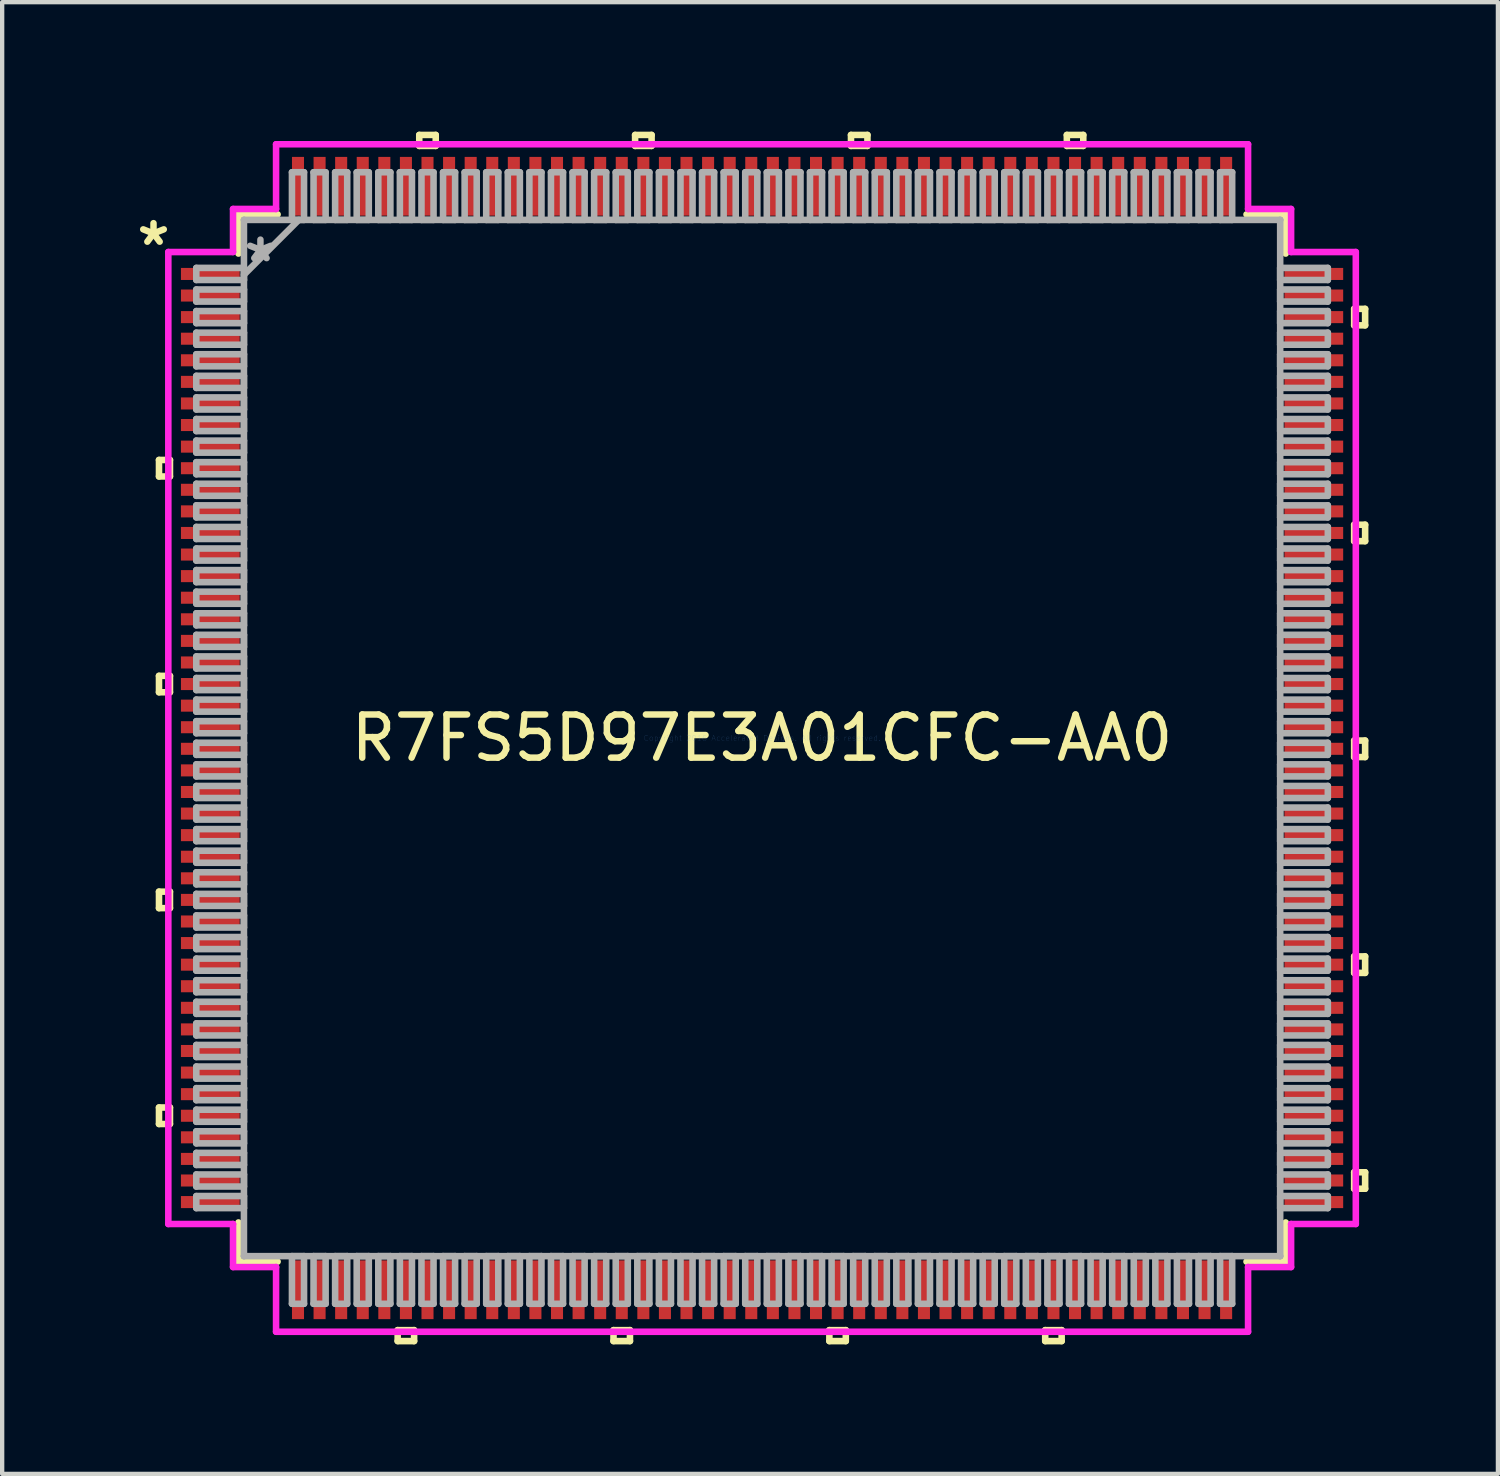
<source format=kicad_pcb>
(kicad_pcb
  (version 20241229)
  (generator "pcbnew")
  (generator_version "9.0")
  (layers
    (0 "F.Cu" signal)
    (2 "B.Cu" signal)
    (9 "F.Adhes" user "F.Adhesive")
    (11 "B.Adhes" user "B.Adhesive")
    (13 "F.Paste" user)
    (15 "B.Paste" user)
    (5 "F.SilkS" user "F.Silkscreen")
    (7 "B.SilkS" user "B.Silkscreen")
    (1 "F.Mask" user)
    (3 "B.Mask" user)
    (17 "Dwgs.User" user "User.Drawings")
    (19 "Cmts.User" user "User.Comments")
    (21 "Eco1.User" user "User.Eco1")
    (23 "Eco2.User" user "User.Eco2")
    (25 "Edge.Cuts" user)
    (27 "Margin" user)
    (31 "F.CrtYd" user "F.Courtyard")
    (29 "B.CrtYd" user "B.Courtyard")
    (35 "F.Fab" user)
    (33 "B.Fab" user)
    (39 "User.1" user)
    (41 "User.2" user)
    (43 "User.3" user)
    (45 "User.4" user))
  (footprint "R7FS5D97E3A01CFC-AA0"
    (layer "F.Cu")
    (at 14.603 14.046)
    (property "Reference" "R7FS5D97E3A01CFC-AA0" (at 0 0 0) (layer "F.SilkS") (effects (font (size 1 1) (thickness 0.15))))
    (attr through_hole)
    (fp_line (start -13.97 -6.441) (end -13.97 -6.059) (stroke (width 0.152) (type solid)) (layer "F.SilkS"))
    (fp_line (start -13.97 -6.059) (end -13.716 -6.059) (stroke (width 0.152) (type solid)) (layer "F.SilkS"))
    (fp_line (start -13.97 -1.44) (end -13.97 -1.06) (stroke (width 0.152) (type solid)) (layer "F.SilkS"))
    (fp_line (start -13.97 -1.06) (end -13.716 -1.06) (stroke (width 0.152) (type solid)) (layer "F.SilkS"))
    (fp_line (start -13.97 3.559) (end -13.97 3.941) (stroke (width 0.152) (type solid)) (layer "F.SilkS"))
    (fp_line (start -13.97 3.941) (end -13.716 3.941) (stroke (width 0.152) (type solid)) (layer "F.SilkS"))
    (fp_line (start -13.97 8.559) (end -13.97 8.941) (stroke (width 0.152) (type solid)) (layer "F.SilkS"))
    (fp_line (start -13.97 8.941) (end -13.716 8.941) (stroke (width 0.152) (type solid)) (layer "F.SilkS"))
    (fp_line (start -13.716 -6.441) (end -13.97 -6.441) (stroke (width 0.152) (type solid)) (layer "F.SilkS"))
    (fp_line (start -13.716 -6.059) (end -13.716 -6.441) (stroke (width 0.152) (type solid)) (layer "F.SilkS"))
    (fp_line (start -13.716 -1.44) (end -13.97 -1.44) (stroke (width 0.152) (type solid)) (layer "F.SilkS"))
    (fp_line (start -13.716 -1.06) (end -13.716 -1.44) (stroke (width 0.152) (type solid)) (layer "F.SilkS"))
    (fp_line (start -13.716 3.559) (end -13.97 3.559) (stroke (width 0.152) (type solid)) (layer "F.SilkS"))
    (fp_line (start -13.716 3.941) (end -13.716 3.559) (stroke (width 0.152) (type solid)) (layer "F.SilkS"))
    (fp_line (start -13.716 8.559) (end -13.97 8.559) (stroke (width 0.152) (type solid)) (layer "F.SilkS"))
    (fp_line (start -13.716 8.941) (end -13.716 8.559) (stroke (width 0.152) (type solid)) (layer "F.SilkS"))
    (fp_line (start -12.129 -12.129) (end -12.129 -11.222) (stroke (width 0.152) (type solid)) (layer "F.SilkS"))
    (fp_line (start -12.129 11.222) (end -12.129 12.129) (stroke (width 0.152) (type solid)) (layer "F.SilkS"))
    (fp_line (start -12.129 12.129) (end -11.222 12.129) (stroke (width 0.152) (type solid)) (layer "F.SilkS"))
    (fp_line (start -11.222 -12.129) (end -12.129 -12.129) (stroke (width 0.152) (type solid)) (layer "F.SilkS"))
    (fp_line (start -8.441 13.716) (end -8.441 13.97) (stroke (width 0.152) (type solid)) (layer "F.SilkS"))
    (fp_line (start -8.441 13.97) (end -8.06 13.97) (stroke (width 0.152) (type solid)) (layer "F.SilkS"))
    (fp_line (start -8.06 13.716) (end -8.441 13.716) (stroke (width 0.152) (type solid)) (layer "F.SilkS"))
    (fp_line (start -8.06 13.97) (end -8.06 13.716) (stroke (width 0.152) (type solid)) (layer "F.SilkS"))
    (fp_line (start -7.941 -13.97) (end -7.559 -13.97) (stroke (width 0.152) (type solid)) (layer "F.SilkS"))
    (fp_line (start -7.941 -13.716) (end -7.941 -13.97) (stroke (width 0.152) (type solid)) (layer "F.SilkS"))
    (fp_line (start -7.559 -13.97) (end -7.559 -13.716) (stroke (width 0.152) (type solid)) (layer "F.SilkS"))
    (fp_line (start -7.559 -13.716) (end -7.941 -13.716) (stroke (width 0.152) (type solid)) (layer "F.SilkS"))
    (fp_line (start -3.441 13.716) (end -3.441 13.97) (stroke (width 0.152) (type solid)) (layer "F.SilkS"))
    (fp_line (start -3.441 13.97) (end -3.06 13.97) (stroke (width 0.152) (type solid)) (layer "F.SilkS"))
    (fp_line (start -3.06 13.716) (end -3.441 13.716) (stroke (width 0.152) (type solid)) (layer "F.SilkS"))
    (fp_line (start -3.06 13.97) (end -3.06 13.716) (stroke (width 0.152) (type solid)) (layer "F.SilkS"))
    (fp_line (start -2.941 -13.97) (end -2.559 -13.97) (stroke (width 0.152) (type solid)) (layer "F.SilkS"))
    (fp_line (start -2.941 -13.716) (end -2.941 -13.97) (stroke (width 0.152) (type solid)) (layer "F.SilkS"))
    (fp_line (start -2.559 -13.97) (end -2.559 -13.716) (stroke (width 0.152) (type solid)) (layer "F.SilkS"))
    (fp_line (start -2.559 -13.716) (end -2.941 -13.716) (stroke (width 0.152) (type solid)) (layer "F.SilkS"))
    (fp_line (start 1.559 13.716) (end 1.559 13.97) (stroke (width 0.152) (type solid)) (layer "F.SilkS"))
    (fp_line (start 1.559 13.97) (end 1.94 13.97) (stroke (width 0.152) (type solid)) (layer "F.SilkS"))
    (fp_line (start 1.94 13.716) (end 1.559 13.716) (stroke (width 0.152) (type solid)) (layer "F.SilkS"))
    (fp_line (start 1.94 13.97) (end 1.94 13.716) (stroke (width 0.152) (type solid)) (layer "F.SilkS"))
    (fp_line (start 2.06 -13.97) (end 2.441 -13.97) (stroke (width 0.152) (type solid)) (layer "F.SilkS"))
    (fp_line (start 2.06 -13.716) (end 2.06 -13.97) (stroke (width 0.152) (type solid)) (layer "F.SilkS"))
    (fp_line (start 2.441 -13.97) (end 2.441 -13.716) (stroke (width 0.152) (type solid)) (layer "F.SilkS"))
    (fp_line (start 2.441 -13.716) (end 2.06 -13.716) (stroke (width 0.152) (type solid)) (layer "F.SilkS"))
    (fp_line (start 6.559 13.716) (end 6.559 13.97) (stroke (width 0.152) (type solid)) (layer "F.SilkS"))
    (fp_line (start 6.559 13.97) (end 6.94 13.97) (stroke (width 0.152) (type solid)) (layer "F.SilkS"))
    (fp_line (start 6.94 13.716) (end 6.559 13.716) (stroke (width 0.152) (type solid)) (layer "F.SilkS"))
    (fp_line (start 6.94 13.97) (end 6.94 13.716) (stroke (width 0.152) (type solid)) (layer "F.SilkS"))
    (fp_line (start 7.06 -13.97) (end 7.441 -13.97) (stroke (width 0.152) (type solid)) (layer "F.SilkS"))
    (fp_line (start 7.06 -13.716) (end 7.06 -13.97) (stroke (width 0.152) (type solid)) (layer "F.SilkS"))
    (fp_line (start 7.441 -13.97) (end 7.441 -13.716) (stroke (width 0.152) (type solid)) (layer "F.SilkS"))
    (fp_line (start 7.441 -13.716) (end 7.06 -13.716) (stroke (width 0.152) (type solid)) (layer "F.SilkS"))
    (fp_line (start 11.222 12.129) (end 12.129 12.129) (stroke (width 0.152) (type solid)) (layer "F.SilkS"))
    (fp_line (start 12.129 -12.129) (end 11.222 -12.129) (stroke (width 0.152) (type solid)) (layer "F.SilkS"))
    (fp_line (start 12.129 -11.222) (end 12.129 -12.129) (stroke (width 0.152) (type solid)) (layer "F.SilkS"))
    (fp_line (start 12.129 12.129) (end 12.129 11.222) (stroke (width 0.152) (type solid)) (layer "F.SilkS"))
    (fp_line (start 13.716 -9.941) (end 13.97 -9.941) (stroke (width 0.152) (type solid)) (layer "F.SilkS"))
    (fp_line (start 13.716 -9.56) (end 13.716 -9.941) (stroke (width 0.152) (type solid)) (layer "F.SilkS"))
    (fp_line (start 13.716 -4.941) (end 13.97 -4.941) (stroke (width 0.152) (type solid)) (layer "F.SilkS"))
    (fp_line (start 13.716 -4.56) (end 13.716 -4.941) (stroke (width 0.152) (type solid)) (layer "F.SilkS"))
    (fp_line (start 13.716 0.059) (end 13.97 0.059) (stroke (width 0.152) (type solid)) (layer "F.SilkS"))
    (fp_line (start 13.716 0.441) (end 13.716 0.059) (stroke (width 0.152) (type solid)) (layer "F.SilkS"))
    (fp_line (start 13.716 5.059) (end 13.97 5.059) (stroke (width 0.152) (type solid)) (layer "F.SilkS"))
    (fp_line (start 13.716 5.441) (end 13.716 5.059) (stroke (width 0.152) (type solid)) (layer "F.SilkS"))
    (fp_line (start 13.716 10.059) (end 13.97 10.059) (stroke (width 0.152) (type solid)) (layer "F.SilkS"))
    (fp_line (start 13.716 10.441) (end 13.716 10.059) (stroke (width 0.152) (type solid)) (layer "F.SilkS"))
    (fp_line (start 13.97 -9.941) (end 13.97 -9.56) (stroke (width 0.152) (type solid)) (layer "F.SilkS"))
    (fp_line (start 13.97 -9.56) (end 13.716 -9.56) (stroke (width 0.152) (type solid)) (layer "F.SilkS"))
    (fp_line (start 13.97 -4.941) (end 13.97 -4.56) (stroke (width 0.152) (type solid)) (layer "F.SilkS"))
    (fp_line (start 13.97 -4.56) (end 13.716 -4.56) (stroke (width 0.152) (type solid)) (layer "F.SilkS"))
    (fp_line (start 13.97 0.059) (end 13.97 0.441) (stroke (width 0.152) (type solid)) (layer "F.SilkS"))
    (fp_line (start 13.97 0.441) (end 13.716 0.441) (stroke (width 0.152) (type solid)) (layer "F.SilkS"))
    (fp_line (start 13.97 5.059) (end 13.97 5.441) (stroke (width 0.152) (type solid)) (layer "F.SilkS"))
    (fp_line (start 13.97 5.441) (end 13.716 5.441) (stroke (width 0.152) (type solid)) (layer "F.SilkS"))
    (fp_line (start 13.97 10.059) (end 13.97 10.441) (stroke (width 0.152) (type solid)) (layer "F.SilkS"))
    (fp_line (start 13.97 10.441) (end 13.716 10.441) (stroke (width 0.152) (type solid)) (layer "F.SilkS"))
    (fp_line (start -13.754 -11.258) (end -12.255 -11.258) (stroke (width 0.152) (type solid)) (layer "F.CrtYd"))
    (fp_line (start -13.754 11.258) (end -13.754 -11.258) (stroke (width 0.152) (type solid)) (layer "F.CrtYd"))
    (fp_line (start -12.255 -12.255) (end -11.258 -12.255) (stroke (width 0.152) (type solid)) (layer "F.CrtYd"))
    (fp_line (start -12.255 -11.258) (end -12.255 -12.255) (stroke (width 0.152) (type solid)) (layer "F.CrtYd"))
    (fp_line (start -12.255 11.258) (end -13.754 11.258) (stroke (width 0.152) (type solid)) (layer "F.CrtYd"))
    (fp_line (start -12.255 12.255) (end -12.255 11.258) (stroke (width 0.152) (type solid)) (layer "F.CrtYd"))
    (fp_line (start -11.258 -13.754) (end 11.258 -13.754) (stroke (width 0.152) (type solid)) (layer "F.CrtYd"))
    (fp_line (start -11.258 -12.255) (end -11.258 -13.754) (stroke (width 0.152) (type solid)) (layer "F.CrtYd"))
    (fp_line (start -11.258 12.255) (end -12.255 12.255) (stroke (width 0.152) (type solid)) (layer "F.CrtYd"))
    (fp_line (start -11.258 13.754) (end -11.258 12.255) (stroke (width 0.152) (type solid)) (layer "F.CrtYd"))
    (fp_line (start 11.258 -13.754) (end 11.258 -12.255) (stroke (width 0.152) (type solid)) (layer "F.CrtYd"))
    (fp_line (start 11.258 -12.255) (end 12.255 -12.255) (stroke (width 0.152) (type solid)) (layer "F.CrtYd"))
    (fp_line (start 11.258 12.255) (end 11.258 13.754) (stroke (width 0.152) (type solid)) (layer "F.CrtYd"))
    (fp_line (start 11.258 13.754) (end -11.258 13.754) (stroke (width 0.152) (type solid)) (layer "F.CrtYd"))
    (fp_line (start 12.255 -12.255) (end 12.255 -11.258) (stroke (width 0.152) (type solid)) (layer "F.CrtYd"))
    (fp_line (start 12.255 -11.258) (end 13.754 -11.258) (stroke (width 0.152) (type solid)) (layer "F.CrtYd"))
    (fp_line (start 12.255 11.258) (end 12.255 12.255) (stroke (width 0.152) (type solid)) (layer "F.CrtYd"))
    (fp_line (start 12.255 12.255) (end 11.258 12.255) (stroke (width 0.152) (type solid)) (layer "F.CrtYd"))
    (fp_line (start 13.754 -11.258) (end 13.754 11.258) (stroke (width 0.152) (type solid)) (layer "F.CrtYd"))
    (fp_line (start 13.754 11.258) (end 12.255 11.258) (stroke (width 0.152) (type solid)) (layer "F.CrtYd"))
    (fp_line (start -13.106 -10.89) (end -13.106 -10.61) (stroke (width 0.152) (type solid)) (layer "F.Fab"))
    (fp_line (start -13.106 -10.61) (end -12.002 -10.61) (stroke (width 0.152) (type solid)) (layer "F.Fab"))
    (fp_line (start -13.106 -10.39) (end -13.106 -10.11) (stroke (width 0.152) (type solid)) (layer "F.Fab"))
    (fp_line (start -13.106 -10.11) (end -12.002 -10.11) (stroke (width 0.152) (type solid)) (layer "F.Fab"))
    (fp_line (start -13.106 -9.89) (end -13.106 -9.61) (stroke (width 0.152) (type solid)) (layer "F.Fab"))
    (fp_line (start -13.106 -9.61) (end -12.002 -9.61) (stroke (width 0.152) (type solid)) (layer "F.Fab"))
    (fp_line (start -13.106 -9.39) (end -13.106 -9.11) (stroke (width 0.152) (type solid)) (layer "F.Fab"))
    (fp_line (start -13.106 -9.11) (end -12.002 -9.11) (stroke (width 0.152) (type solid)) (layer "F.Fab"))
    (fp_line (start -13.106 -8.89) (end -13.106 -8.61) (stroke (width 0.152) (type solid)) (layer "F.Fab"))
    (fp_line (start -13.106 -8.61) (end -12.002 -8.61) (stroke (width 0.152) (type solid)) (layer "F.Fab"))
    (fp_line (start -13.106 -8.39) (end -13.106 -8.11) (stroke (width 0.152) (type solid)) (layer "F.Fab"))
    (fp_line (start -13.106 -8.11) (end -12.002 -8.11) (stroke (width 0.152) (type solid)) (layer "F.Fab"))
    (fp_line (start -13.106 -7.89) (end -13.106 -7.61) (stroke (width 0.152) (type solid)) (layer "F.Fab"))
    (fp_line (start -13.106 -7.61) (end -12.002 -7.61) (stroke (width 0.152) (type solid)) (layer "F.Fab"))
    (fp_line (start -13.106 -7.39) (end -13.106 -7.11) (stroke (width 0.152) (type solid)) (layer "F.Fab"))
    (fp_line (start -13.106 -7.11) (end -12.002 -7.11) (stroke (width 0.152) (type solid)) (layer "F.Fab"))
    (fp_line (start -13.106 -6.89) (end -13.106 -6.61) (stroke (width 0.152) (type solid)) (layer "F.Fab"))
    (fp_line (start -13.106 -6.61) (end -12.002 -6.61) (stroke (width 0.152) (type solid)) (layer "F.Fab"))
    (fp_line (start -13.106 -6.39) (end -13.106 -6.11) (stroke (width 0.152) (type solid)) (layer "F.Fab"))
    (fp_line (start -13.106 -6.11) (end -12.002 -6.11) (stroke (width 0.152) (type solid)) (layer "F.Fab"))
    (fp_line (start -13.106 -5.89) (end -13.106 -5.61) (stroke (width 0.152) (type solid)) (layer "F.Fab"))
    (fp_line (start -13.106 -5.61) (end -12.002 -5.61) (stroke (width 0.152) (type solid)) (layer "F.Fab"))
    (fp_line (start -13.106 -5.39) (end -13.106 -5.11) (stroke (width 0.152) (type solid)) (layer "F.Fab"))
    (fp_line (start -13.106 -5.11) (end -12.002 -5.11) (stroke (width 0.152) (type solid)) (layer "F.Fab"))
    (fp_line (start -13.106 -4.89) (end -13.106 -4.61) (stroke (width 0.152) (type solid)) (layer "F.Fab"))
    (fp_line (start -13.106 -4.61) (end -12.002 -4.61) (stroke (width 0.152) (type solid)) (layer "F.Fab"))
    (fp_line (start -13.106 -4.39) (end -13.106 -4.11) (stroke (width 0.152) (type solid)) (layer "F.Fab"))
    (fp_line (start -13.106 -4.11) (end -12.002 -4.11) (stroke (width 0.152) (type solid)) (layer "F.Fab"))
    (fp_line (start -13.106 -3.89) (end -13.106 -3.61) (stroke (width 0.152) (type solid)) (layer "F.Fab"))
    (fp_line (start -13.106 -3.61) (end -12.002 -3.61) (stroke (width 0.152) (type solid)) (layer "F.Fab"))
    (fp_line (start -13.106 -3.39) (end -13.106 -3.11) (stroke (width 0.152) (type solid)) (layer "F.Fab"))
    (fp_line (start -13.106 -3.11) (end -12.002 -3.11) (stroke (width 0.152) (type solid)) (layer "F.Fab"))
    (fp_line (start -13.106 -2.89) (end -13.106 -2.61) (stroke (width 0.152) (type solid)) (layer "F.Fab"))
    (fp_line (start -13.106 -2.61) (end -12.002 -2.61) (stroke (width 0.152) (type solid)) (layer "F.Fab"))
    (fp_line (start -13.106 -2.39) (end -13.106 -2.11) (stroke (width 0.152) (type solid)) (layer "F.Fab"))
    (fp_line (start -13.106 -2.11) (end -12.002 -2.11) (stroke (width 0.152) (type solid)) (layer "F.Fab"))
    (fp_line (start -13.106 -1.89) (end -13.106 -1.61) (stroke (width 0.152) (type solid)) (layer "F.Fab"))
    (fp_line (start -13.106 -1.61) (end -12.002 -1.61) (stroke (width 0.152) (type solid)) (layer "F.Fab"))
    (fp_line (start -13.106 -1.39) (end -13.106 -1.11) (stroke (width 0.152) (type solid)) (layer "F.Fab"))
    (fp_line (start -13.106 -1.11) (end -12.002 -1.11) (stroke (width 0.152) (type solid)) (layer "F.Fab"))
    (fp_line (start -13.106 -0.89) (end -13.106 -0.61) (stroke (width 0.152) (type solid)) (layer "F.Fab"))
    (fp_line (start -13.106 -0.61) (end -12.002 -0.61) (stroke (width 0.152) (type solid)) (layer "F.Fab"))
    (fp_line (start -13.106 -0.39) (end -13.106 -0.11) (stroke (width 0.152) (type solid)) (layer "F.Fab"))
    (fp_line (start -13.106 -0.11) (end -12.002 -0.11) (stroke (width 0.152) (type solid)) (layer "F.Fab"))
    (fp_line (start -13.106 0.11) (end -13.106 0.39) (stroke (width 0.152) (type solid)) (layer "F.Fab"))
    (fp_line (start -13.106 0.39) (end -12.002 0.39) (stroke (width 0.152) (type solid)) (layer "F.Fab"))
    (fp_line (start -13.106 0.61) (end -13.106 0.89) (stroke (width 0.152) (type solid)) (layer "F.Fab"))
    (fp_line (start -13.106 0.89) (end -12.002 0.89) (stroke (width 0.152) (type solid)) (layer "F.Fab"))
    (fp_line (start -13.106 1.11) (end -13.106 1.39) (stroke (width 0.152) (type solid)) (layer "F.Fab"))
    (fp_line (start -13.106 1.39) (end -12.002 1.39) (stroke (width 0.152) (type solid)) (layer "F.Fab"))
    (fp_line (start -13.106 1.61) (end -13.106 1.89) (stroke (width 0.152) (type solid)) (layer "F.Fab"))
    (fp_line (start -13.106 1.89) (end -12.002 1.89) (stroke (width 0.152) (type solid)) (layer "F.Fab"))
    (fp_line (start -13.106 2.11) (end -13.106 2.39) (stroke (width 0.152) (type solid)) (layer "F.Fab"))
    (fp_line (start -13.106 2.39) (end -12.002 2.39) (stroke (width 0.152) (type solid)) (layer "F.Fab"))
    (fp_line (start -13.106 2.61) (end -13.106 2.89) (stroke (width 0.152) (type solid)) (layer "F.Fab"))
    (fp_line (start -13.106 2.89) (end -12.002 2.89) (stroke (width 0.152) (type solid)) (layer "F.Fab"))
    (fp_line (start -13.106 3.11) (end -13.106 3.39) (stroke (width 0.152) (type solid)) (layer "F.Fab"))
    (fp_line (start -13.106 3.39) (end -12.002 3.39) (stroke (width 0.152) (type solid)) (layer "F.Fab"))
    (fp_line (start -13.106 3.61) (end -13.106 3.89) (stroke (width 0.152) (type solid)) (layer "F.Fab"))
    (fp_line (start -13.106 3.89) (end -12.002 3.89) (stroke (width 0.152) (type solid)) (layer "F.Fab"))
    (fp_line (start -13.106 4.11) (end -13.106 4.39) (stroke (width 0.152) (type solid)) (layer "F.Fab"))
    (fp_line (start -13.106 4.39) (end -12.002 4.39) (stroke (width 0.152) (type solid)) (layer "F.Fab"))
    (fp_line (start -13.106 4.61) (end -13.106 4.89) (stroke (width 0.152) (type solid)) (layer "F.Fab"))
    (fp_line (start -13.106 4.89) (end -12.002 4.89) (stroke (width 0.152) (type solid)) (layer "F.Fab"))
    (fp_line (start -13.106 5.11) (end -13.106 5.39) (stroke (width 0.152) (type solid)) (layer "F.Fab"))
    (fp_line (start -13.106 5.39) (end -12.002 5.39) (stroke (width 0.152) (type solid)) (layer "F.Fab"))
    (fp_line (start -13.106 5.61) (end -13.106 5.89) (stroke (width 0.152) (type solid)) (layer "F.Fab"))
    (fp_line (start -13.106 5.89) (end -12.002 5.89) (stroke (width 0.152) (type solid)) (layer "F.Fab"))
    (fp_line (start -13.106 6.11) (end -13.106 6.39) (stroke (width 0.152) (type solid)) (layer "F.Fab"))
    (fp_line (start -13.106 6.39) (end -12.002 6.39) (stroke (width 0.152) (type solid)) (layer "F.Fab"))
    (fp_line (start -13.106 6.61) (end -13.106 6.89) (stroke (width 0.152) (type solid)) (layer "F.Fab"))
    (fp_line (start -13.106 6.89) (end -12.002 6.89) (stroke (width 0.152) (type solid)) (layer "F.Fab"))
    (fp_line (start -13.106 7.11) (end -13.106 7.39) (stroke (width 0.152) (type solid)) (layer "F.Fab"))
    (fp_line (start -13.106 7.39) (end -12.002 7.39) (stroke (width 0.152) (type solid)) (layer "F.Fab"))
    (fp_line (start -13.106 7.61) (end -13.106 7.89) (stroke (width 0.152) (type solid)) (layer "F.Fab"))
    (fp_line (start -13.106 7.89) (end -12.002 7.89) (stroke (width 0.152) (type solid)) (layer "F.Fab"))
    (fp_line (start -13.106 8.11) (end -13.106 8.39) (stroke (width 0.152) (type solid)) (layer "F.Fab"))
    (fp_line (start -13.106 8.39) (end -12.002 8.39) (stroke (width 0.152) (type solid)) (layer "F.Fab"))
    (fp_line (start -13.106 8.61) (end -13.106 8.89) (stroke (width 0.152) (type solid)) (layer "F.Fab"))
    (fp_line (start -13.106 8.89) (end -12.002 8.89) (stroke (width 0.152) (type solid)) (layer "F.Fab"))
    (fp_line (start -13.106 9.11) (end -13.106 9.39) (stroke (width 0.152) (type solid)) (layer "F.Fab"))
    (fp_line (start -13.106 9.39) (end -12.002 9.39) (stroke (width 0.152) (type solid)) (layer "F.Fab"))
    (fp_line (start -13.106 9.61) (end -13.106 9.89) (stroke (width 0.152) (type solid)) (layer "F.Fab"))
    (fp_line (start -13.106 9.89) (end -12.002 9.89) (stroke (width 0.152) (type solid)) (layer "F.Fab"))
    (fp_line (start -13.106 10.11) (end -13.106 10.39) (stroke (width 0.152) (type solid)) (layer "F.Fab"))
    (fp_line (start -13.106 10.39) (end -12.002 10.39) (stroke (width 0.152) (type solid)) (layer "F.Fab"))
    (fp_line (start -13.106 10.61) (end -13.106 10.89) (stroke (width 0.152) (type solid)) (layer "F.Fab"))
    (fp_line (start -13.106 10.89) (end -12.002 10.89) (stroke (width 0.152) (type solid)) (layer "F.Fab"))
    (fp_line (start -12.002 -12.002) (end -12.002 -12.002) (stroke (width 0.152) (type solid)) (layer "F.Fab"))
    (fp_line (start -12.002 -12.002) (end -12.002 12.002) (stroke (width 0.152) (type solid)) (layer "F.Fab"))
    (fp_line (start -12.002 -10.89) (end -13.106 -10.89) (stroke (width 0.152) (type solid)) (layer "F.Fab"))
    (fp_line (start -12.002 -10.732) (end -10.732 -12.002) (stroke (width 0.152) (type solid)) (layer "F.Fab"))
    (fp_line (start -12.002 -10.61) (end -12.002 -10.89) (stroke (width 0.152) (type solid)) (layer "F.Fab"))
    (fp_line (start -12.002 -10.39) (end -13.106 -10.39) (stroke (width 0.152) (type solid)) (layer "F.Fab"))
    (fp_line (start -12.002 -10.11) (end -12.002 -10.39) (stroke (width 0.152) (type solid)) (layer "F.Fab"))
    (fp_line (start -12.002 -9.89) (end -13.106 -9.89) (stroke (width 0.152) (type solid)) (layer "F.Fab"))
    (fp_line (start -12.002 -9.61) (end -12.002 -9.89) (stroke (width 0.152) (type solid)) (layer "F.Fab"))
    (fp_line (start -12.002 -9.39) (end -13.106 -9.39) (stroke (width 0.152) (type solid)) (layer "F.Fab"))
    (fp_line (start -12.002 -9.11) (end -12.002 -9.39) (stroke (width 0.152) (type solid)) (layer "F.Fab"))
    (fp_line (start -12.002 -8.89) (end -13.106 -8.89) (stroke (width 0.152) (type solid)) (layer "F.Fab"))
    (fp_line (start -12.002 -8.61) (end -12.002 -8.89) (stroke (width 0.152) (type solid)) (layer "F.Fab"))
    (fp_line (start -12.002 -8.39) (end -13.106 -8.39) (stroke (width 0.152) (type solid)) (layer "F.Fab"))
    (fp_line (start -12.002 -8.11) (end -12.002 -8.39) (stroke (width 0.152) (type solid)) (layer "F.Fab"))
    (fp_line (start -12.002 -7.89) (end -13.106 -7.89) (stroke (width 0.152) (type solid)) (layer "F.Fab"))
    (fp_line (start -12.002 -7.61) (end -12.002 -7.89) (stroke (width 0.152) (type solid)) (layer "F.Fab"))
    (fp_line (start -12.002 -7.39) (end -13.106 -7.39) (stroke (width 0.152) (type solid)) (layer "F.Fab"))
    (fp_line (start -12.002 -7.11) (end -12.002 -7.39) (stroke (width 0.152) (type solid)) (layer "F.Fab"))
    (fp_line (start -12.002 -6.89) (end -13.106 -6.89) (stroke (width 0.152) (type solid)) (layer "F.Fab"))
    (fp_line (start -12.002 -6.61) (end -12.002 -6.89) (stroke (width 0.152) (type solid)) (layer "F.Fab"))
    (fp_line (start -12.002 -6.39) (end -13.106 -6.39) (stroke (width 0.152) (type solid)) (layer "F.Fab"))
    (fp_line (start -12.002 -6.11) (end -12.002 -6.39) (stroke (width 0.152) (type solid)) (layer "F.Fab"))
    (fp_line (start -12.002 -5.89) (end -13.106 -5.89) (stroke (width 0.152) (type solid)) (layer "F.Fab"))
    (fp_line (start -12.002 -5.61) (end -12.002 -5.89) (stroke (width 0.152) (type solid)) (layer "F.Fab"))
    (fp_line (start -12.002 -5.39) (end -13.106 -5.39) (stroke (width 0.152) (type solid)) (layer "F.Fab"))
    (fp_line (start -12.002 -5.11) (end -12.002 -5.39) (stroke (width 0.152) (type solid)) (layer "F.Fab"))
    (fp_line (start -12.002 -4.89) (end -13.106 -4.89) (stroke (width 0.152) (type solid)) (layer "F.Fab"))
    (fp_line (start -12.002 -4.61) (end -12.002 -4.89) (stroke (width 0.152) (type solid)) (layer "F.Fab"))
    (fp_line (start -12.002 -4.39) (end -13.106 -4.39) (stroke (width 0.152) (type solid)) (layer "F.Fab"))
    (fp_line (start -12.002 -4.11) (end -12.002 -4.39) (stroke (width 0.152) (type solid)) (layer "F.Fab"))
    (fp_line (start -12.002 -3.89) (end -13.106 -3.89) (stroke (width 0.152) (type solid)) (layer "F.Fab"))
    (fp_line (start -12.002 -3.61) (end -12.002 -3.89) (stroke (width 0.152) (type solid)) (layer "F.Fab"))
    (fp_line (start -12.002 -3.39) (end -13.106 -3.39) (stroke (width 0.152) (type solid)) (layer "F.Fab"))
    (fp_line (start -12.002 -3.11) (end -12.002 -3.39) (stroke (width 0.152) (type solid)) (layer "F.Fab"))
    (fp_line (start -12.002 -2.89) (end -13.106 -2.89) (stroke (width 0.152) (type solid)) (layer "F.Fab"))
    (fp_line (start -12.002 -2.61) (end -12.002 -2.89) (stroke (width 0.152) (type solid)) (layer "F.Fab"))
    (fp_line (start -12.002 -2.39) (end -13.106 -2.39) (stroke (width 0.152) (type solid)) (layer "F.Fab"))
    (fp_line (start -12.002 -2.11) (end -12.002 -2.39) (stroke (width 0.152) (type solid)) (layer "F.Fab"))
    (fp_line (start -12.002 -1.89) (end -13.106 -1.89) (stroke (width 0.152) (type solid)) (layer "F.Fab"))
    (fp_line (start -12.002 -1.61) (end -12.002 -1.89) (stroke (width 0.152) (type solid)) (layer "F.Fab"))
    (fp_line (start -12.002 -1.39) (end -13.106 -1.39) (stroke (width 0.152) (type solid)) (layer "F.Fab"))
    (fp_line (start -12.002 -1.11) (end -12.002 -1.39) (stroke (width 0.152) (type solid)) (layer "F.Fab"))
    (fp_line (start -12.002 -0.89) (end -13.106 -0.89) (stroke (width 0.152) (type solid)) (layer "F.Fab"))
    (fp_line (start -12.002 -0.61) (end -12.002 -0.89) (stroke (width 0.152) (type solid)) (layer "F.Fab"))
    (fp_line (start -12.002 -0.39) (end -13.106 -0.39) (stroke (width 0.152) (type solid)) (layer "F.Fab"))
    (fp_line (start -12.002 -0.11) (end -12.002 -0.39) (stroke (width 0.152) (type solid)) (layer "F.Fab"))
    (fp_line (start -12.002 0.11) (end -13.106 0.11) (stroke (width 0.152) (type solid)) (layer "F.Fab"))
    (fp_line (start -12.002 0.39) (end -12.002 0.11) (stroke (width 0.152) (type solid)) (layer "F.Fab"))
    (fp_line (start -12.002 0.61) (end -13.106 0.61) (stroke (width 0.152) (type solid)) (layer "F.Fab"))
    (fp_line (start -12.002 0.89) (end -12.002 0.61) (stroke (width 0.152) (type solid)) (layer "F.Fab"))
    (fp_line (start -12.002 1.11) (end -13.106 1.11) (stroke (width 0.152) (type solid)) (layer "F.Fab"))
    (fp_line (start -12.002 1.39) (end -12.002 1.11) (stroke (width 0.152) (type solid)) (layer "F.Fab"))
    (fp_line (start -12.002 1.61) (end -13.106 1.61) (stroke (width 0.152) (type solid)) (layer "F.Fab"))
    (fp_line (start -12.002 1.89) (end -12.002 1.61) (stroke (width 0.152) (type solid)) (layer "F.Fab"))
    (fp_line (start -12.002 2.11) (end -13.106 2.11) (stroke (width 0.152) (type solid)) (layer "F.Fab"))
    (fp_line (start -12.002 2.39) (end -12.002 2.11) (stroke (width 0.152) (type solid)) (layer "F.Fab"))
    (fp_line (start -12.002 2.61) (end -13.106 2.61) (stroke (width 0.152) (type solid)) (layer "F.Fab"))
    (fp_line (start -12.002 2.89) (end -12.002 2.61) (stroke (width 0.152) (type solid)) (layer "F.Fab"))
    (fp_line (start -12.002 3.11) (end -13.106 3.11) (stroke (width 0.152) (type solid)) (layer "F.Fab"))
    (fp_line (start -12.002 3.39) (end -12.002 3.11) (stroke (width 0.152) (type solid)) (layer "F.Fab"))
    (fp_line (start -12.002 3.61) (end -13.106 3.61) (stroke (width 0.152) (type solid)) (layer "F.Fab"))
    (fp_line (start -12.002 3.89) (end -12.002 3.61) (stroke (width 0.152) (type solid)) (layer "F.Fab"))
    (fp_line (start -12.002 4.11) (end -13.106 4.11) (stroke (width 0.152) (type solid)) (layer "F.Fab"))
    (fp_line (start -12.002 4.39) (end -12.002 4.11) (stroke (width 0.152) (type solid)) (layer "F.Fab"))
    (fp_line (start -12.002 4.61) (end -13.106 4.61) (stroke (width 0.152) (type solid)) (layer "F.Fab"))
    (fp_line (start -12.002 4.89) (end -12.002 4.61) (stroke (width 0.152) (type solid)) (layer "F.Fab"))
    (fp_line (start -12.002 5.11) (end -13.106 5.11) (stroke (width 0.152) (type solid)) (layer "F.Fab"))
    (fp_line (start -12.002 5.39) (end -12.002 5.11) (stroke (width 0.152) (type solid)) (layer "F.Fab"))
    (fp_line (start -12.002 5.61) (end -13.106 5.61) (stroke (width 0.152) (type solid)) (layer "F.Fab"))
    (fp_line (start -12.002 5.89) (end -12.002 5.61) (stroke (width 0.152) (type solid)) (layer "F.Fab"))
    (fp_line (start -12.002 6.11) (end -13.106 6.11) (stroke (width 0.152) (type solid)) (layer "F.Fab"))
    (fp_line (start -12.002 6.39) (end -12.002 6.11) (stroke (width 0.152) (type solid)) (layer "F.Fab"))
    (fp_line (start -12.002 6.61) (end -13.106 6.61) (stroke (width 0.152) (type solid)) (layer "F.Fab"))
    (fp_line (start -12.002 6.89) (end -12.002 6.61) (stroke (width 0.152) (type solid)) (layer "F.Fab"))
    (fp_line (start -12.002 7.11) (end -13.106 7.11) (stroke (width 0.152) (type solid)) (layer "F.Fab"))
    (fp_line (start -12.002 7.39) (end -12.002 7.11) (stroke (width 0.152) (type solid)) (layer "F.Fab"))
    (fp_line (start -12.002 7.61) (end -13.106 7.61) (stroke (width 0.152) (type solid)) (layer "F.Fab"))
    (fp_line (start -12.002 7.89) (end -12.002 7.61) (stroke (width 0.152) (type solid)) (layer "F.Fab"))
    (fp_line (start -12.002 8.11) (end -13.106 8.11) (stroke (width 0.152) (type solid)) (layer "F.Fab"))
    (fp_line (start -12.002 8.39) (end -12.002 8.11) (stroke (width 0.152) (type solid)) (layer "F.Fab"))
    (fp_line (start -12.002 8.61) (end -13.106 8.61) (stroke (width 0.152) (type solid)) (layer "F.Fab"))
    (fp_line (start -12.002 8.89) (end -12.002 8.61) (stroke (width 0.152) (type solid)) (layer "F.Fab"))
    (fp_line (start -12.002 9.11) (end -13.106 9.11) (stroke (width 0.152) (type solid)) (layer "F.Fab"))
    (fp_line (start -12.002 9.39) (end -12.002 9.11) (stroke (width 0.152) (type solid)) (layer "F.Fab"))
    (fp_line (start -12.002 9.61) (end -13.106 9.61) (stroke (width 0.152) (type solid)) (layer "F.Fab"))
    (fp_line (start -12.002 9.89) (end -12.002 9.61) (stroke (width 0.152) (type solid)) (layer "F.Fab"))
    (fp_line (start -12.002 10.11) (end -13.106 10.11) (stroke (width 0.152) (type solid)) (layer "F.Fab"))
    (fp_line (start -12.002 10.39) (end -12.002 10.11) (stroke (width 0.152) (type solid)) (layer "F.Fab"))
    (fp_line (start -12.002 10.61) (end -13.106 10.61) (stroke (width 0.152) (type solid)) (layer "F.Fab"))
    (fp_line (start -12.002 10.89) (end -12.002 10.61) (stroke (width 0.152) (type solid)) (layer "F.Fab"))
    (fp_line (start -12.002 12.002) (end -12.002 12.002) (stroke (width 0.152) (type solid)) (layer "F.Fab"))
    (fp_line (start -12.002 12.002) (end 12.002 12.002) (stroke (width 0.152) (type solid)) (layer "F.Fab"))
    (fp_line (start -10.89 -13.106) (end -10.89 -12.002) (stroke (width 0.152) (type solid)) (layer "F.Fab"))
    (fp_line (start -10.89 -12.002) (end -10.61 -12.002) (stroke (width 0.152) (type solid)) (layer "F.Fab"))
    (fp_line (start -10.89 12.002) (end -10.89 13.106) (stroke (width 0.152) (type solid)) (layer "F.Fab"))
    (fp_line (start -10.89 13.106) (end -10.61 13.106) (stroke (width 0.152) (type solid)) (layer "F.Fab"))
    (fp_line (start -10.61 -13.106) (end -10.89 -13.106) (stroke (width 0.152) (type solid)) (layer "F.Fab"))
    (fp_line (start -10.61 -12.002) (end -10.61 -13.106) (stroke (width 0.152) (type solid)) (layer "F.Fab"))
    (fp_line (start -10.61 12.002) (end -10.89 12.002) (stroke (width 0.152) (type solid)) (layer "F.Fab"))
    (fp_line (start -10.61 13.106) (end -10.61 12.002) (stroke (width 0.152) (type solid)) (layer "F.Fab"))
    (fp_line (start -10.39 -13.106) (end -10.39 -12.002) (stroke (width 0.152) (type solid)) (layer "F.Fab"))
    (fp_line (start -10.39 -12.002) (end -10.11 -12.002) (stroke (width 0.152) (type solid)) (layer "F.Fab"))
    (fp_line (start -10.39 12.002) (end -10.39 13.106) (stroke (width 0.152) (type solid)) (layer "F.Fab"))
    (fp_line (start -10.39 13.106) (end -10.11 13.106) (stroke (width 0.152) (type solid)) (layer "F.Fab"))
    (fp_line (start -10.11 -13.106) (end -10.39 -13.106) (stroke (width 0.152) (type solid)) (layer "F.Fab"))
    (fp_line (start -10.11 -12.002) (end -10.11 -13.106) (stroke (width 0.152) (type solid)) (layer "F.Fab"))
    (fp_line (start -10.11 12.002) (end -10.39 12.002) (stroke (width 0.152) (type solid)) (layer "F.Fab"))
    (fp_line (start -10.11 13.106) (end -10.11 12.002) (stroke (width 0.152) (type solid)) (layer "F.Fab"))
    (fp_line (start -9.89 -13.106) (end -9.89 -12.002) (stroke (width 0.152) (type solid)) (layer "F.Fab"))
    (fp_line (start -9.89 -12.002) (end -9.61 -12.002) (stroke (width 0.152) (type solid)) (layer "F.Fab"))
    (fp_line (start -9.89 12.002) (end -9.89 13.106) (stroke (width 0.152) (type solid)) (layer "F.Fab"))
    (fp_line (start -9.89 13.106) (end -9.61 13.106) (stroke (width 0.152) (type solid)) (layer "F.Fab"))
    (fp_line (start -9.61 -13.106) (end -9.89 -13.106) (stroke (width 0.152) (type solid)) (layer "F.Fab"))
    (fp_line (start -9.61 -12.002) (end -9.61 -13.106) (stroke (width 0.152) (type solid)) (layer "F.Fab"))
    (fp_line (start -9.61 12.002) (end -9.89 12.002) (stroke (width 0.152) (type solid)) (layer "F.Fab"))
    (fp_line (start -9.61 13.106) (end -9.61 12.002) (stroke (width 0.152) (type solid)) (layer "F.Fab"))
    (fp_line (start -9.39 -13.106) (end -9.39 -12.002) (stroke (width 0.152) (type solid)) (layer "F.Fab"))
    (fp_line (start -9.39 -12.002) (end -9.11 -12.002) (stroke (width 0.152) (type solid)) (layer "F.Fab"))
    (fp_line (start -9.39 12.002) (end -9.39 13.106) (stroke (width 0.152) (type solid)) (layer "F.Fab"))
    (fp_line (start -9.39 13.106) (end -9.11 13.106) (stroke (width 0.152) (type solid)) (layer "F.Fab"))
    (fp_line (start -9.11 -13.106) (end -9.39 -13.106) (stroke (width 0.152) (type solid)) (layer "F.Fab"))
    (fp_line (start -9.11 -12.002) (end -9.11 -13.106) (stroke (width 0.152) (type solid)) (layer "F.Fab"))
    (fp_line (start -9.11 12.002) (end -9.39 12.002) (stroke (width 0.152) (type solid)) (layer "F.Fab"))
    (fp_line (start -9.11 13.106) (end -9.11 12.002) (stroke (width 0.152) (type solid)) (layer "F.Fab"))
    (fp_line (start -8.89 -13.106) (end -8.89 -12.002) (stroke (width 0.152) (type solid)) (layer "F.Fab"))
    (fp_line (start -8.89 -12.002) (end -8.61 -12.002) (stroke (width 0.152) (type solid)) (layer "F.Fab"))
    (fp_line (start -8.89 12.002) (end -8.89 13.106) (stroke (width 0.152) (type solid)) (layer "F.Fab"))
    (fp_line (start -8.89 13.106) (end -8.61 13.106) (stroke (width 0.152) (type solid)) (layer "F.Fab"))
    (fp_line (start -8.61 -13.106) (end -8.89 -13.106) (stroke (width 0.152) (type solid)) (layer "F.Fab"))
    (fp_line (start -8.61 -12.002) (end -8.61 -13.106) (stroke (width 0.152) (type solid)) (layer "F.Fab"))
    (fp_line (start -8.61 12.002) (end -8.89 12.002) (stroke (width 0.152) (type solid)) (layer "F.Fab"))
    (fp_line (start -8.61 13.106) (end -8.61 12.002) (stroke (width 0.152) (type solid)) (layer "F.Fab"))
    (fp_line (start -8.39 -13.106) (end -8.39 -12.002) (stroke (width 0.152) (type solid)) (layer "F.Fab"))
    (fp_line (start -8.39 -12.002) (end -8.11 -12.002) (stroke (width 0.152) (type solid)) (layer "F.Fab"))
    (fp_line (start -8.39 12.002) (end -8.39 13.106) (stroke (width 0.152) (type solid)) (layer "F.Fab"))
    (fp_line (start -8.39 13.106) (end -8.11 13.106) (stroke (width 0.152) (type solid)) (layer "F.Fab"))
    (fp_line (start -8.11 -13.106) (end -8.39 -13.106) (stroke (width 0.152) (type solid)) (layer "F.Fab"))
    (fp_line (start -8.11 -12.002) (end -8.11 -13.106) (stroke (width 0.152) (type solid)) (layer "F.Fab"))
    (fp_line (start -8.11 12.002) (end -8.39 12.002) (stroke (width 0.152) (type solid)) (layer "F.Fab"))
    (fp_line (start -8.11 13.106) (end -8.11 12.002) (stroke (width 0.152) (type solid)) (layer "F.Fab"))
    (fp_line (start -7.89 -13.106) (end -7.89 -12.002) (stroke (width 0.152) (type solid)) (layer "F.Fab"))
    (fp_line (start -7.89 -12.002) (end -7.61 -12.002) (stroke (width 0.152) (type solid)) (layer "F.Fab"))
    (fp_line (start -7.89 12.002) (end -7.89 13.106) (stroke (width 0.152) (type solid)) (layer "F.Fab"))
    (fp_line (start -7.89 13.106) (end -7.61 13.106) (stroke (width 0.152) (type solid)) (layer "F.Fab"))
    (fp_line (start -7.61 -13.106) (end -7.89 -13.106) (stroke (width 0.152) (type solid)) (layer "F.Fab"))
    (fp_line (start -7.61 -12.002) (end -7.61 -13.106) (stroke (width 0.152) (type solid)) (layer "F.Fab"))
    (fp_line (start -7.61 12.002) (end -7.89 12.002) (stroke (width 0.152) (type solid)) (layer "F.Fab"))
    (fp_line (start -7.61 13.106) (end -7.61 12.002) (stroke (width 0.152) (type solid)) (layer "F.Fab"))
    (fp_line (start -7.39 -13.106) (end -7.39 -12.002) (stroke (width 0.152) (type solid)) (layer "F.Fab"))
    (fp_line (start -7.39 -12.002) (end -7.11 -12.002) (stroke (width 0.152) (type solid)) (layer "F.Fab"))
    (fp_line (start -7.39 12.002) (end -7.39 13.106) (stroke (width 0.152) (type solid)) (layer "F.Fab"))
    (fp_line (start -7.39 13.106) (end -7.11 13.106) (stroke (width 0.152) (type solid)) (layer "F.Fab"))
    (fp_line (start -7.11 -13.106) (end -7.39 -13.106) (stroke (width 0.152) (type solid)) (layer "F.Fab"))
    (fp_line (start -7.11 -12.002) (end -7.11 -13.106) (stroke (width 0.152) (type solid)) (layer "F.Fab"))
    (fp_line (start -7.11 12.002) (end -7.39 12.002) (stroke (width 0.152) (type solid)) (layer "F.Fab"))
    (fp_line (start -7.11 13.106) (end -7.11 12.002) (stroke (width 0.152) (type solid)) (layer "F.Fab"))
    (fp_line (start -6.89 -13.106) (end -6.89 -12.002) (stroke (width 0.152) (type solid)) (layer "F.Fab"))
    (fp_line (start -6.89 -12.002) (end -6.61 -12.002) (stroke (width 0.152) (type solid)) (layer "F.Fab"))
    (fp_line (start -6.89 12.002) (end -6.89 13.106) (stroke (width 0.152) (type solid)) (layer "F.Fab"))
    (fp_line (start -6.89 13.106) (end -6.61 13.106) (stroke (width 0.152) (type solid)) (layer "F.Fab"))
    (fp_line (start -6.61 -13.106) (end -6.89 -13.106) (stroke (width 0.152) (type solid)) (layer "F.Fab"))
    (fp_line (start -6.61 -12.002) (end -6.61 -13.106) (stroke (width 0.152) (type solid)) (layer "F.Fab"))
    (fp_line (start -6.61 12.002) (end -6.89 12.002) (stroke (width 0.152) (type solid)) (layer "F.Fab"))
    (fp_line (start -6.61 13.106) (end -6.61 12.002) (stroke (width 0.152) (type solid)) (layer "F.Fab"))
    (fp_line (start -6.39 -13.106) (end -6.39 -12.002) (stroke (width 0.152) (type solid)) (layer "F.Fab"))
    (fp_line (start -6.39 -12.002) (end -6.11 -12.002) (stroke (width 0.152) (type solid)) (layer "F.Fab"))
    (fp_line (start -6.39 12.002) (end -6.39 13.106) (stroke (width 0.152) (type solid)) (layer "F.Fab"))
    (fp_line (start -6.39 13.106) (end -6.11 13.106) (stroke (width 0.152) (type solid)) (layer "F.Fab"))
    (fp_line (start -6.11 -13.106) (end -6.39 -13.106) (stroke (width 0.152) (type solid)) (layer "F.Fab"))
    (fp_line (start -6.11 -12.002) (end -6.11 -13.106) (stroke (width 0.152) (type solid)) (layer "F.Fab"))
    (fp_line (start -6.11 12.002) (end -6.39 12.002) (stroke (width 0.152) (type solid)) (layer "F.Fab"))
    (fp_line (start -6.11 13.106) (end -6.11 12.002) (stroke (width 0.152) (type solid)) (layer "F.Fab"))
    (fp_line (start -5.89 -13.106) (end -5.89 -12.002) (stroke (width 0.152) (type solid)) (layer "F.Fab"))
    (fp_line (start -5.89 -12.002) (end -5.61 -12.002) (stroke (width 0.152) (type solid)) (layer "F.Fab"))
    (fp_line (start -5.89 12.002) (end -5.89 13.106) (stroke (width 0.152) (type solid)) (layer "F.Fab"))
    (fp_line (start -5.89 13.106) (end -5.61 13.106) (stroke (width 0.152) (type solid)) (layer "F.Fab"))
    (fp_line (start -5.61 -13.106) (end -5.89 -13.106) (stroke (width 0.152) (type solid)) (layer "F.Fab"))
    (fp_line (start -5.61 -12.002) (end -5.61 -13.106) (stroke (width 0.152) (type solid)) (layer "F.Fab"))
    (fp_line (start -5.61 12.002) (end -5.89 12.002) (stroke (width 0.152) (type solid)) (layer "F.Fab"))
    (fp_line (start -5.61 13.106) (end -5.61 12.002) (stroke (width 0.152) (type solid)) (layer "F.Fab"))
    (fp_line (start -5.39 -13.106) (end -5.39 -12.002) (stroke (width 0.152) (type solid)) (layer "F.Fab"))
    (fp_line (start -5.39 -12.002) (end -5.11 -12.002) (stroke (width 0.152) (type solid)) (layer "F.Fab"))
    (fp_line (start -5.39 12.002) (end -5.39 13.106) (stroke (width 0.152) (type solid)) (layer "F.Fab"))
    (fp_line (start -5.39 13.106) (end -5.11 13.106) (stroke (width 0.152) (type solid)) (layer "F.Fab"))
    (fp_line (start -5.11 -13.106) (end -5.39 -13.106) (stroke (width 0.152) (type solid)) (layer "F.Fab"))
    (fp_line (start -5.11 -12.002) (end -5.11 -13.106) (stroke (width 0.152) (type solid)) (layer "F.Fab"))
    (fp_line (start -5.11 12.002) (end -5.39 12.002) (stroke (width 0.152) (type solid)) (layer "F.Fab"))
    (fp_line (start -5.11 13.106) (end -5.11 12.002) (stroke (width 0.152) (type solid)) (layer "F.Fab"))
    (fp_line (start -4.89 -13.106) (end -4.89 -12.002) (stroke (width 0.152) (type solid)) (layer "F.Fab"))
    (fp_line (start -4.89 -12.002) (end -4.61 -12.002) (stroke (width 0.152) (type solid)) (layer "F.Fab"))
    (fp_line (start -4.89 12.002) (end -4.89 13.106) (stroke (width 0.152) (type solid)) (layer "F.Fab"))
    (fp_line (start -4.89 13.106) (end -4.61 13.106) (stroke (width 0.152) (type solid)) (layer "F.Fab"))
    (fp_line (start -4.61 -13.106) (end -4.89 -13.106) (stroke (width 0.152) (type solid)) (layer "F.Fab"))
    (fp_line (start -4.61 -12.002) (end -4.61 -13.106) (stroke (width 0.152) (type solid)) (layer "F.Fab"))
    (fp_line (start -4.61 12.002) (end -4.89 12.002) (stroke (width 0.152) (type solid)) (layer "F.Fab"))
    (fp_line (start -4.61 13.106) (end -4.61 12.002) (stroke (width 0.152) (type solid)) (layer "F.Fab"))
    (fp_line (start -4.39 -13.106) (end -4.39 -12.002) (stroke (width 0.152) (type solid)) (layer "F.Fab"))
    (fp_line (start -4.39 -12.002) (end -4.11 -12.002) (stroke (width 0.152) (type solid)) (layer "F.Fab"))
    (fp_line (start -4.39 12.002) (end -4.39 13.106) (stroke (width 0.152) (type solid)) (layer "F.Fab"))
    (fp_line (start -4.39 13.106) (end -4.11 13.106) (stroke (width 0.152) (type solid)) (layer "F.Fab"))
    (fp_line (start -4.11 -13.106) (end -4.39 -13.106) (stroke (width 0.152) (type solid)) (layer "F.Fab"))
    (fp_line (start -4.11 -12.002) (end -4.11 -13.106) (stroke (width 0.152) (type solid)) (layer "F.Fab"))
    (fp_line (start -4.11 12.002) (end -4.39 12.002) (stroke (width 0.152) (type solid)) (layer "F.Fab"))
    (fp_line (start -4.11 13.106) (end -4.11 12.002) (stroke (width 0.152) (type solid)) (layer "F.Fab"))
    (fp_line (start -3.89 -13.106) (end -3.89 -12.002) (stroke (width 0.152) (type solid)) (layer "F.Fab"))
    (fp_line (start -3.89 -12.002) (end -3.61 -12.002) (stroke (width 0.152) (type solid)) (layer "F.Fab"))
    (fp_line (start -3.89 12.002) (end -3.89 13.106) (stroke (width 0.152) (type solid)) (layer "F.Fab"))
    (fp_line (start -3.89 13.106) (end -3.61 13.106) (stroke (width 0.152) (type solid)) (layer "F.Fab"))
    (fp_line (start -3.61 -13.106) (end -3.89 -13.106) (stroke (width 0.152) (type solid)) (layer "F.Fab"))
    (fp_line (start -3.61 -12.002) (end -3.61 -13.106) (stroke (width 0.152) (type solid)) (layer "F.Fab"))
    (fp_line (start -3.61 12.002) (end -3.89 12.002) (stroke (width 0.152) (type solid)) (layer "F.Fab"))
    (fp_line (start -3.61 13.106) (end -3.61 12.002) (stroke (width 0.152) (type solid)) (layer "F.Fab"))
    (fp_line (start -3.39 -13.106) (end -3.39 -12.002) (stroke (width 0.152) (type solid)) (layer "F.Fab"))
    (fp_line (start -3.39 -12.002) (end -3.11 -12.002) (stroke (width 0.152) (type solid)) (layer "F.Fab"))
    (fp_line (start -3.39 12.002) (end -3.39 13.106) (stroke (width 0.152) (type solid)) (layer "F.Fab"))
    (fp_line (start -3.39 13.106) (end -3.11 13.106) (stroke (width 0.152) (type solid)) (layer "F.Fab"))
    (fp_line (start -3.11 -13.106) (end -3.39 -13.106) (stroke (width 0.152) (type solid)) (layer "F.Fab"))
    (fp_line (start -3.11 -12.002) (end -3.11 -13.106) (stroke (width 0.152) (type solid)) (layer "F.Fab"))
    (fp_line (start -3.11 12.002) (end -3.39 12.002) (stroke (width 0.152) (type solid)) (layer "F.Fab"))
    (fp_line (start -3.11 13.106) (end -3.11 12.002) (stroke (width 0.152) (type solid)) (layer "F.Fab"))
    (fp_line (start -2.89 -13.106) (end -2.89 -12.002) (stroke (width 0.152) (type solid)) (layer "F.Fab"))
    (fp_line (start -2.89 -12.002) (end -2.61 -12.002) (stroke (width 0.152) (type solid)) (layer "F.Fab"))
    (fp_line (start -2.89 12.002) (end -2.89 13.106) (stroke (width 0.152) (type solid)) (layer "F.Fab"))
    (fp_line (start -2.89 13.106) (end -2.61 13.106) (stroke (width 0.152) (type solid)) (layer "F.Fab"))
    (fp_line (start -2.61 -13.106) (end -2.89 -13.106) (stroke (width 0.152) (type solid)) (layer "F.Fab"))
    (fp_line (start -2.61 -12.002) (end -2.61 -13.106) (stroke (width 0.152) (type solid)) (layer "F.Fab"))
    (fp_line (start -2.61 12.002) (end -2.89 12.002) (stroke (width 0.152) (type solid)) (layer "F.Fab"))
    (fp_line (start -2.61 13.106) (end -2.61 12.002) (stroke (width 0.152) (type solid)) (layer "F.Fab"))
    (fp_line (start -2.39 -13.106) (end -2.39 -12.002) (stroke (width 0.152) (type solid)) (layer "F.Fab"))
    (fp_line (start -2.39 -12.002) (end -2.11 -12.002) (stroke (width 0.152) (type solid)) (layer "F.Fab"))
    (fp_line (start -2.39 12.002) (end -2.39 13.106) (stroke (width 0.152) (type solid)) (layer "F.Fab"))
    (fp_line (start -2.39 13.106) (end -2.11 13.106) (stroke (width 0.152) (type solid)) (layer "F.Fab"))
    (fp_line (start -2.11 -13.106) (end -2.39 -13.106) (stroke (width 0.152) (type solid)) (layer "F.Fab"))
    (fp_line (start -2.11 -12.002) (end -2.11 -13.106) (stroke (width 0.152) (type solid)) (layer "F.Fab"))
    (fp_line (start -2.11 12.002) (end -2.39 12.002) (stroke (width 0.152) (type solid)) (layer "F.Fab"))
    (fp_line (start -2.11 13.106) (end -2.11 12.002) (stroke (width 0.152) (type solid)) (layer "F.Fab"))
    (fp_line (start -1.89 -13.106) (end -1.89 -12.002) (stroke (width 0.152) (type solid)) (layer "F.Fab"))
    (fp_line (start -1.89 -12.002) (end -1.61 -12.002) (stroke (width 0.152) (type solid)) (layer "F.Fab"))
    (fp_line (start -1.89 12.002) (end -1.89 13.106) (stroke (width 0.152) (type solid)) (layer "F.Fab"))
    (fp_line (start -1.89 13.106) (end -1.61 13.106) (stroke (width 0.152) (type solid)) (layer "F.Fab"))
    (fp_line (start -1.61 -13.106) (end -1.89 -13.106) (stroke (width 0.152) (type solid)) (layer "F.Fab"))
    (fp_line (start -1.61 -12.002) (end -1.61 -13.106) (stroke (width 0.152) (type solid)) (layer "F.Fab"))
    (fp_line (start -1.61 12.002) (end -1.89 12.002) (stroke (width 0.152) (type solid)) (layer "F.Fab"))
    (fp_line (start -1.61 13.106) (end -1.61 12.002) (stroke (width 0.152) (type solid)) (layer "F.Fab"))
    (fp_line (start -1.39 -13.106) (end -1.39 -12.002) (stroke (width 0.152) (type solid)) (layer "F.Fab"))
    (fp_line (start -1.39 -12.002) (end -1.11 -12.002) (stroke (width 0.152) (type solid)) (layer "F.Fab"))
    (fp_line (start -1.39 12.002) (end -1.39 13.106) (stroke (width 0.152) (type solid)) (layer "F.Fab"))
    (fp_line (start -1.39 13.106) (end -1.11 13.106) (stroke (width 0.152) (type solid)) (layer "F.Fab"))
    (fp_line (start -1.11 -13.106) (end -1.39 -13.106) (stroke (width 0.152) (type solid)) (layer "F.Fab"))
    (fp_line (start -1.11 -12.002) (end -1.11 -13.106) (stroke (width 0.152) (type solid)) (layer "F.Fab"))
    (fp_line (start -1.11 12.002) (end -1.39 12.002) (stroke (width 0.152) (type solid)) (layer "F.Fab"))
    (fp_line (start -1.11 13.106) (end -1.11 12.002) (stroke (width 0.152) (type solid)) (layer "F.Fab"))
    (fp_line (start -0.89 -13.106) (end -0.89 -12.002) (stroke (width 0.152) (type solid)) (layer "F.Fab"))
    (fp_line (start -0.89 -12.002) (end -0.61 -12.002) (stroke (width 0.152) (type solid)) (layer "F.Fab"))
    (fp_line (start -0.89 12.002) (end -0.89 13.106) (stroke (width 0.152) (type solid)) (layer "F.Fab"))
    (fp_line (start -0.89 13.106) (end -0.61 13.106) (stroke (width 0.152) (type solid)) (layer "F.Fab"))
    (fp_line (start -0.61 -13.106) (end -0.89 -13.106) (stroke (width 0.152) (type solid)) (layer "F.Fab"))
    (fp_line (start -0.61 -12.002) (end -0.61 -13.106) (stroke (width 0.152) (type solid)) (layer "F.Fab"))
    (fp_line (start -0.61 12.002) (end -0.89 12.002) (stroke (width 0.152) (type solid)) (layer "F.Fab"))
    (fp_line (start -0.61 13.106) (end -0.61 12.002) (stroke (width 0.152) (type solid)) (layer "F.Fab"))
    (fp_line (start -0.39 -13.106) (end -0.39 -12.002) (stroke (width 0.152) (type solid)) (layer "F.Fab"))
    (fp_line (start -0.39 -12.002) (end -0.11 -12.002) (stroke (width 0.152) (type solid)) (layer "F.Fab"))
    (fp_line (start -0.39 12.002) (end -0.39 13.106) (stroke (width 0.152) (type solid)) (layer "F.Fab"))
    (fp_line (start -0.39 13.106) (end -0.11 13.106) (stroke (width 0.152) (type solid)) (layer "F.Fab"))
    (fp_line (start -0.11 -13.106) (end -0.39 -13.106) (stroke (width 0.152) (type solid)) (layer "F.Fab"))
    (fp_line (start -0.11 -12.002) (end -0.11 -13.106) (stroke (width 0.152) (type solid)) (layer "F.Fab"))
    (fp_line (start -0.11 12.002) (end -0.39 12.002) (stroke (width 0.152) (type solid)) (layer "F.Fab"))
    (fp_line (start -0.11 13.106) (end -0.11 12.002) (stroke (width 0.152) (type solid)) (layer "F.Fab"))
    (fp_line (start 0.11 -13.106) (end 0.11 -12.002) (stroke (width 0.152) (type solid)) (layer "F.Fab"))
    (fp_line (start 0.11 -12.002) (end 0.39 -12.002) (stroke (width 0.152) (type solid)) (layer "F.Fab"))
    (fp_line (start 0.11 12.002) (end 0.11 13.106) (stroke (width 0.152) (type solid)) (layer "F.Fab"))
    (fp_line (start 0.11 13.106) (end 0.39 13.106) (stroke (width 0.152) (type solid)) (layer "F.Fab"))
    (fp_line (start 0.39 -13.106) (end 0.11 -13.106) (stroke (width 0.152) (type solid)) (layer "F.Fab"))
    (fp_line (start 0.39 -12.002) (end 0.39 -13.106) (stroke (width 0.152) (type solid)) (layer "F.Fab"))
    (fp_line (start 0.39 12.002) (end 0.11 12.002) (stroke (width 0.152) (type solid)) (layer "F.Fab"))
    (fp_line (start 0.39 13.106) (end 0.39 12.002) (stroke (width 0.152) (type solid)) (layer "F.Fab"))
    (fp_line (start 0.61 -13.106) (end 0.61 -12.002) (stroke (width 0.152) (type solid)) (layer "F.Fab"))
    (fp_line (start 0.61 -12.002) (end 0.89 -12.002) (stroke (width 0.152) (type solid)) (layer "F.Fab"))
    (fp_line (start 0.61 12.002) (end 0.61 13.106) (stroke (width 0.152) (type solid)) (layer "F.Fab"))
    (fp_line (start 0.61 13.106) (end 0.89 13.106) (stroke (width 0.152) (type solid)) (layer "F.Fab"))
    (fp_line (start 0.89 -13.106) (end 0.61 -13.106) (stroke (width 0.152) (type solid)) (layer "F.Fab"))
    (fp_line (start 0.89 -12.002) (end 0.89 -13.106) (stroke (width 0.152) (type solid)) (layer "F.Fab"))
    (fp_line (start 0.89 12.002) (end 0.61 12.002) (stroke (width 0.152) (type solid)) (layer "F.Fab"))
    (fp_line (start 0.89 13.106) (end 0.89 12.002) (stroke (width 0.152) (type solid)) (layer "F.Fab"))
    (fp_line (start 1.11 -13.106) (end 1.11 -12.002) (stroke (width 0.152) (type solid)) (layer "F.Fab"))
    (fp_line (start 1.11 -12.002) (end 1.39 -12.002) (stroke (width 0.152) (type solid)) (layer "F.Fab"))
    (fp_line (start 1.11 12.002) (end 1.11 13.106) (stroke (width 0.152) (type solid)) (layer "F.Fab"))
    (fp_line (start 1.11 13.106) (end 1.39 13.106) (stroke (width 0.152) (type solid)) (layer "F.Fab"))
    (fp_line (start 1.39 -13.106) (end 1.11 -13.106) (stroke (width 0.152) (type solid)) (layer "F.Fab"))
    (fp_line (start 1.39 -12.002) (end 1.39 -13.106) (stroke (width 0.152) (type solid)) (layer "F.Fab"))
    (fp_line (start 1.39 12.002) (end 1.11 12.002) (stroke (width 0.152) (type solid)) (layer "F.Fab"))
    (fp_line (start 1.39 13.106) (end 1.39 12.002) (stroke (width 0.152) (type solid)) (layer "F.Fab"))
    (fp_line (start 1.61 -13.106) (end 1.61 -12.002) (stroke (width 0.152) (type solid)) (layer "F.Fab"))
    (fp_line (start 1.61 -12.002) (end 1.89 -12.002) (stroke (width 0.152) (type solid)) (layer "F.Fab"))
    (fp_line (start 1.61 12.002) (end 1.61 13.106) (stroke (width 0.152) (type solid)) (layer "F.Fab"))
    (fp_line (start 1.61 13.106) (end 1.89 13.106) (stroke (width 0.152) (type solid)) (layer "F.Fab"))
    (fp_line (start 1.89 -13.106) (end 1.61 -13.106) (stroke (width 0.152) (type solid)) (layer "F.Fab"))
    (fp_line (start 1.89 -12.002) (end 1.89 -13.106) (stroke (width 0.152) (type solid)) (layer "F.Fab"))
    (fp_line (start 1.89 12.002) (end 1.61 12.002) (stroke (width 0.152) (type solid)) (layer "F.Fab"))
    (fp_line (start 1.89 13.106) (end 1.89 12.002) (stroke (width 0.152) (type solid)) (layer "F.Fab"))
    (fp_line (start 2.11 -13.106) (end 2.11 -12.002) (stroke (width 0.152) (type solid)) (layer "F.Fab"))
    (fp_line (start 2.11 -12.002) (end 2.39 -12.002) (stroke (width 0.152) (type solid)) (layer "F.Fab"))
    (fp_line (start 2.11 12.002) (end 2.11 13.106) (stroke (width 0.152) (type solid)) (layer "F.Fab"))
    (fp_line (start 2.11 13.106) (end 2.39 13.106) (stroke (width 0.152) (type solid)) (layer "F.Fab"))
    (fp_line (start 2.39 -13.106) (end 2.11 -13.106) (stroke (width 0.152) (type solid)) (layer "F.Fab"))
    (fp_line (start 2.39 -12.002) (end 2.39 -13.106) (stroke (width 0.152) (type solid)) (layer "F.Fab"))
    (fp_line (start 2.39 12.002) (end 2.11 12.002) (stroke (width 0.152) (type solid)) (layer "F.Fab"))
    (fp_line (start 2.39 13.106) (end 2.39 12.002) (stroke (width 0.152) (type solid)) (layer "F.Fab"))
    (fp_line (start 2.61 -13.106) (end 2.61 -12.002) (stroke (width 0.152) (type solid)) (layer "F.Fab"))
    (fp_line (start 2.61 -12.002) (end 2.89 -12.002) (stroke (width 0.152) (type solid)) (layer "F.Fab"))
    (fp_line (start 2.61 12.002) (end 2.61 13.106) (stroke (width 0.152) (type solid)) (layer "F.Fab"))
    (fp_line (start 2.61 13.106) (end 2.89 13.106) (stroke (width 0.152) (type solid)) (layer "F.Fab"))
    (fp_line (start 2.89 -13.106) (end 2.61 -13.106) (stroke (width 0.152) (type solid)) (layer "F.Fab"))
    (fp_line (start 2.89 -12.002) (end 2.89 -13.106) (stroke (width 0.152) (type solid)) (layer "F.Fab"))
    (fp_line (start 2.89 12.002) (end 2.61 12.002) (stroke (width 0.152) (type solid)) (layer "F.Fab"))
    (fp_line (start 2.89 13.106) (end 2.89 12.002) (stroke (width 0.152) (type solid)) (layer "F.Fab"))
    (fp_line (start 3.11 -13.106) (end 3.11 -12.002) (stroke (width 0.152) (type solid)) (layer "F.Fab"))
    (fp_line (start 3.11 -12.002) (end 3.39 -12.002) (stroke (width 0.152) (type solid)) (layer "F.Fab"))
    (fp_line (start 3.11 12.002) (end 3.11 13.106) (stroke (width 0.152) (type solid)) (layer "F.Fab"))
    (fp_line (start 3.11 13.106) (end 3.39 13.106) (stroke (width 0.152) (type solid)) (layer "F.Fab"))
    (fp_line (start 3.39 -13.106) (end 3.11 -13.106) (stroke (width 0.152) (type solid)) (layer "F.Fab"))
    (fp_line (start 3.39 -12.002) (end 3.39 -13.106) (stroke (width 0.152) (type solid)) (layer "F.Fab"))
    (fp_line (start 3.39 12.002) (end 3.11 12.002) (stroke (width 0.152) (type solid)) (layer "F.Fab"))
    (fp_line (start 3.39 13.106) (end 3.39 12.002) (stroke (width 0.152) (type solid)) (layer "F.Fab"))
    (fp_line (start 3.61 -13.106) (end 3.61 -12.002) (stroke (width 0.152) (type solid)) (layer "F.Fab"))
    (fp_line (start 3.61 -12.002) (end 3.89 -12.002) (stroke (width 0.152) (type solid)) (layer "F.Fab"))
    (fp_line (start 3.61 12.002) (end 3.61 13.106) (stroke (width 0.152) (type solid)) (layer "F.Fab"))
    (fp_line (start 3.61 13.106) (end 3.89 13.106) (stroke (width 0.152) (type solid)) (layer "F.Fab"))
    (fp_line (start 3.89 -13.106) (end 3.61 -13.106) (stroke (width 0.152) (type solid)) (layer "F.Fab"))
    (fp_line (start 3.89 -12.002) (end 3.89 -13.106) (stroke (width 0.152) (type solid)) (layer "F.Fab"))
    (fp_line (start 3.89 12.002) (end 3.61 12.002) (stroke (width 0.152) (type solid)) (layer "F.Fab"))
    (fp_line (start 3.89 13.106) (end 3.89 12.002) (stroke (width 0.152) (type solid)) (layer "F.Fab"))
    (fp_line (start 4.11 -13.106) (end 4.11 -12.002) (stroke (width 0.152) (type solid)) (layer "F.Fab"))
    (fp_line (start 4.11 -12.002) (end 4.39 -12.002) (stroke (width 0.152) (type solid)) (layer "F.Fab"))
    (fp_line (start 4.11 12.002) (end 4.11 13.106) (stroke (width 0.152) (type solid)) (layer "F.Fab"))
    (fp_line (start 4.11 13.106) (end 4.39 13.106) (stroke (width 0.152) (type solid)) (layer "F.Fab"))
    (fp_line (start 4.39 -13.106) (end 4.11 -13.106) (stroke (width 0.152) (type solid)) (layer "F.Fab"))
    (fp_line (start 4.39 -12.002) (end 4.39 -13.106) (stroke (width 0.152) (type solid)) (layer "F.Fab"))
    (fp_line (start 4.39 12.002) (end 4.11 12.002) (stroke (width 0.152) (type solid)) (layer "F.Fab"))
    (fp_line (start 4.39 13.106) (end 4.39 12.002) (stroke (width 0.152) (type solid)) (layer "F.Fab"))
    (fp_line (start 4.61 -13.106) (end 4.61 -12.002) (stroke (width 0.152) (type solid)) (layer "F.Fab"))
    (fp_line (start 4.61 -12.002) (end 4.89 -12.002) (stroke (width 0.152) (type solid)) (layer "F.Fab"))
    (fp_line (start 4.61 12.002) (end 4.61 13.106) (stroke (width 0.152) (type solid)) (layer "F.Fab"))
    (fp_line (start 4.61 13.106) (end 4.89 13.106) (stroke (width 0.152) (type solid)) (layer "F.Fab"))
    (fp_line (start 4.89 -13.106) (end 4.61 -13.106) (stroke (width 0.152) (type solid)) (layer "F.Fab"))
    (fp_line (start 4.89 -12.002) (end 4.89 -13.106) (stroke (width 0.152) (type solid)) (layer "F.Fab"))
    (fp_line (start 4.89 12.002) (end 4.61 12.002) (stroke (width 0.152) (type solid)) (layer "F.Fab"))
    (fp_line (start 4.89 13.106) (end 4.89 12.002) (stroke (width 0.152) (type solid)) (layer "F.Fab"))
    (fp_line (start 5.11 -13.106) (end 5.11 -12.002) (stroke (width 0.152) (type solid)) (layer "F.Fab"))
    (fp_line (start 5.11 -12.002) (end 5.39 -12.002) (stroke (width 0.152) (type solid)) (layer "F.Fab"))
    (fp_line (start 5.11 12.002) (end 5.11 13.106) (stroke (width 0.152) (type solid)) (layer "F.Fab"))
    (fp_line (start 5.11 13.106) (end 5.39 13.106) (stroke (width 0.152) (type solid)) (layer "F.Fab"))
    (fp_line (start 5.39 -13.106) (end 5.11 -13.106) (stroke (width 0.152) (type solid)) (layer "F.Fab"))
    (fp_line (start 5.39 -12.002) (end 5.39 -13.106) (stroke (width 0.152) (type solid)) (layer "F.Fab"))
    (fp_line (start 5.39 12.002) (end 5.11 12.002) (stroke (width 0.152) (type solid)) (layer "F.Fab"))
    (fp_line (start 5.39 13.106) (end 5.39 12.002) (stroke (width 0.152) (type solid)) (layer "F.Fab"))
    (fp_line (start 5.61 -13.106) (end 5.61 -12.002) (stroke (width 0.152) (type solid)) (layer "F.Fab"))
    (fp_line (start 5.61 -12.002) (end 5.89 -12.002) (stroke (width 0.152) (type solid)) (layer "F.Fab"))
    (fp_line (start 5.61 12.002) (end 5.61 13.106) (stroke (width 0.152) (type solid)) (layer "F.Fab"))
    (fp_line (start 5.61 13.106) (end 5.89 13.106) (stroke (width 0.152) (type solid)) (layer "F.Fab"))
    (fp_line (start 5.89 -13.106) (end 5.61 -13.106) (stroke (width 0.152) (type solid)) (layer "F.Fab"))
    (fp_line (start 5.89 -12.002) (end 5.89 -13.106) (stroke (width 0.152) (type solid)) (layer "F.Fab"))
    (fp_line (start 5.89 12.002) (end 5.61 12.002) (stroke (width 0.152) (type solid)) (layer "F.Fab"))
    (fp_line (start 5.89 13.106) (end 5.89 12.002) (stroke (width 0.152) (type solid)) (layer "F.Fab"))
    (fp_line (start 6.11 -13.106) (end 6.11 -12.002) (stroke (width 0.152) (type solid)) (layer "F.Fab"))
    (fp_line (start 6.11 -12.002) (end 6.39 -12.002) (stroke (width 0.152) (type solid)) (layer "F.Fab"))
    (fp_line (start 6.11 12.002) (end 6.11 13.106) (stroke (width 0.152) (type solid)) (layer "F.Fab"))
    (fp_line (start 6.11 13.106) (end 6.39 13.106) (stroke (width 0.152) (type solid)) (layer "F.Fab"))
    (fp_line (start 6.39 -13.106) (end 6.11 -13.106) (stroke (width 0.152) (type solid)) (layer "F.Fab"))
    (fp_line (start 6.39 -12.002) (end 6.39 -13.106) (stroke (width 0.152) (type solid)) (layer "F.Fab"))
    (fp_line (start 6.39 12.002) (end 6.11 12.002) (stroke (width 0.152) (type solid)) (layer "F.Fab"))
    (fp_line (start 6.39 13.106) (end 6.39 12.002) (stroke (width 0.152) (type solid)) (layer "F.Fab"))
    (fp_line (start 6.61 -13.106) (end 6.61 -12.002) (stroke (width 0.152) (type solid)) (layer "F.Fab"))
    (fp_line (start 6.61 -12.002) (end 6.89 -12.002) (stroke (width 0.152) (type solid)) (layer "F.Fab"))
    (fp_line (start 6.61 12.002) (end 6.61 13.106) (stroke (width 0.152) (type solid)) (layer "F.Fab"))
    (fp_line (start 6.61 13.106) (end 6.89 13.106) (stroke (width 0.152) (type solid)) (layer "F.Fab"))
    (fp_line (start 6.89 -13.106) (end 6.61 -13.106) (stroke (width 0.152) (type solid)) (layer "F.Fab"))
    (fp_line (start 6.89 -12.002) (end 6.89 -13.106) (stroke (width 0.152) (type solid)) (layer "F.Fab"))
    (fp_line (start 6.89 12.002) (end 6.61 12.002) (stroke (width 0.152) (type solid)) (layer "F.Fab"))
    (fp_line (start 6.89 13.106) (end 6.89 12.002) (stroke (width 0.152) (type solid)) (layer "F.Fab"))
    (fp_line (start 7.11 -13.106) (end 7.11 -12.002) (stroke (width 0.152) (type solid)) (layer "F.Fab"))
    (fp_line (start 7.11 -12.002) (end 7.39 -12.002) (stroke (width 0.152) (type solid)) (layer "F.Fab"))
    (fp_line (start 7.11 12.002) (end 7.11 13.106) (stroke (width 0.152) (type solid)) (layer "F.Fab"))
    (fp_line (start 7.11 13.106) (end 7.39 13.106) (stroke (width 0.152) (type solid)) (layer "F.Fab"))
    (fp_line (start 7.39 -13.106) (end 7.11 -13.106) (stroke (width 0.152) (type solid)) (layer "F.Fab"))
    (fp_line (start 7.39 -12.002) (end 7.39 -13.106) (stroke (width 0.152) (type solid)) (layer "F.Fab"))
    (fp_line (start 7.39 12.002) (end 7.11 12.002) (stroke (width 0.152) (type solid)) (layer "F.Fab"))
    (fp_line (start 7.39 13.106) (end 7.39 12.002) (stroke (width 0.152) (type solid)) (layer "F.Fab"))
    (fp_line (start 7.61 -13.106) (end 7.61 -12.002) (stroke (width 0.152) (type solid)) (layer "F.Fab"))
    (fp_line (start 7.61 -12.002) (end 7.89 -12.002) (stroke (width 0.152) (type solid)) (layer "F.Fab"))
    (fp_line (start 7.61 12.002) (end 7.61 13.106) (stroke (width 0.152) (type solid)) (layer "F.Fab"))
    (fp_line (start 7.61 13.106) (end 7.89 13.106) (stroke (width 0.152) (type solid)) (layer "F.Fab"))
    (fp_line (start 7.89 -13.106) (end 7.61 -13.106) (stroke (width 0.152) (type solid)) (layer "F.Fab"))
    (fp_line (start 7.89 -12.002) (end 7.89 -13.106) (stroke (width 0.152) (type solid)) (layer "F.Fab"))
    (fp_line (start 7.89 12.002) (end 7.61 12.002) (stroke (width 0.152) (type solid)) (layer "F.Fab"))
    (fp_line (start 7.89 13.106) (end 7.89 12.002) (stroke (width 0.152) (type solid)) (layer "F.Fab"))
    (fp_line (start 8.11 -13.106) (end 8.11 -12.002) (stroke (width 0.152) (type solid)) (layer "F.Fab"))
    (fp_line (start 8.11 -12.002) (end 8.39 -12.002) (stroke (width 0.152) (type solid)) (layer "F.Fab"))
    (fp_line (start 8.11 12.002) (end 8.11 13.106) (stroke (width 0.152) (type solid)) (layer "F.Fab"))
    (fp_line (start 8.11 13.106) (end 8.39 13.106) (stroke (width 0.152) (type solid)) (layer "F.Fab"))
    (fp_line (start 8.39 -13.106) (end 8.11 -13.106) (stroke (width 0.152) (type solid)) (layer "F.Fab"))
    (fp_line (start 8.39 -12.002) (end 8.39 -13.106) (stroke (width 0.152) (type solid)) (layer "F.Fab"))
    (fp_line (start 8.39 12.002) (end 8.11 12.002) (stroke (width 0.152) (type solid)) (layer "F.Fab"))
    (fp_line (start 8.39 13.106) (end 8.39 12.002) (stroke (width 0.152) (type solid)) (layer "F.Fab"))
    (fp_line (start 8.61 -13.106) (end 8.61 -12.002) (stroke (width 0.152) (type solid)) (layer "F.Fab"))
    (fp_line (start 8.61 -12.002) (end 8.89 -12.002) (stroke (width 0.152) (type solid)) (layer "F.Fab"))
    (fp_line (start 8.61 12.002) (end 8.61 13.106) (stroke (width 0.152) (type solid)) (layer "F.Fab"))
    (fp_line (start 8.61 13.106) (end 8.89 13.106) (stroke (width 0.152) (type solid)) (layer "F.Fab"))
    (fp_line (start 8.89 -13.106) (end 8.61 -13.106) (stroke (width 0.152) (type solid)) (layer "F.Fab"))
    (fp_line (start 8.89 -12.002) (end 8.89 -13.106) (stroke (width 0.152) (type solid)) (layer "F.Fab"))
    (fp_line (start 8.89 12.002) (end 8.61 12.002) (stroke (width 0.152) (type solid)) (layer "F.Fab"))
    (fp_line (start 8.89 13.106) (end 8.89 12.002) (stroke (width 0.152) (type solid)) (layer "F.Fab"))
    (fp_line (start 9.11 -13.106) (end 9.11 -12.002) (stroke (width 0.152) (type solid)) (layer "F.Fab"))
    (fp_line (start 9.11 -12.002) (end 9.39 -12.002) (stroke (width 0.152) (type solid)) (layer "F.Fab"))
    (fp_line (start 9.11 12.002) (end 9.11 13.106) (stroke (width 0.152) (type solid)) (layer "F.Fab"))
    (fp_line (start 9.11 13.106) (end 9.39 13.106) (stroke (width 0.152) (type solid)) (layer "F.Fab"))
    (fp_line (start 9.39 -13.106) (end 9.11 -13.106) (stroke (width 0.152) (type solid)) (layer "F.Fab"))
    (fp_line (start 9.39 -12.002) (end 9.39 -13.106) (stroke (width 0.152) (type solid)) (layer "F.Fab"))
    (fp_line (start 9.39 12.002) (end 9.11 12.002) (stroke (width 0.152) (type solid)) (layer "F.Fab"))
    (fp_line (start 9.39 13.106) (end 9.39 12.002) (stroke (width 0.152) (type solid)) (layer "F.Fab"))
    (fp_line (start 9.61 -13.106) (end 9.61 -12.002) (stroke (width 0.152) (type solid)) (layer "F.Fab"))
    (fp_line (start 9.61 -12.002) (end 9.89 -12.002) (stroke (width 0.152) (type solid)) (layer "F.Fab"))
    (fp_line (start 9.61 12.002) (end 9.61 13.106) (stroke (width 0.152) (type solid)) (layer "F.Fab"))
    (fp_line (start 9.61 13.106) (end 9.89 13.106) (stroke (width 0.152) (type solid)) (layer "F.Fab"))
    (fp_line (start 9.89 -13.106) (end 9.61 -13.106) (stroke (width 0.152) (type solid)) (layer "F.Fab"))
    (fp_line (start 9.89 -12.002) (end 9.89 -13.106) (stroke (width 0.152) (type solid)) (layer "F.Fab"))
    (fp_line (start 9.89 12.002) (end 9.61 12.002) (stroke (width 0.152) (type solid)) (layer "F.Fab"))
    (fp_line (start 9.89 13.106) (end 9.89 12.002) (stroke (width 0.152) (type solid)) (layer "F.Fab"))
    (fp_line (start 10.11 -13.106) (end 10.11 -12.002) (stroke (width 0.152) (type solid)) (layer "F.Fab"))
    (fp_line (start 10.11 -12.002) (end 10.39 -12.002) (stroke (width 0.152) (type solid)) (layer "F.Fab"))
    (fp_line (start 10.11 12.002) (end 10.11 13.106) (stroke (width 0.152) (type solid)) (layer "F.Fab"))
    (fp_line (start 10.11 13.106) (end 10.39 13.106) (stroke (width 0.152) (type solid)) (layer "F.Fab"))
    (fp_line (start 10.39 -13.106) (end 10.11 -13.106) (stroke (width 0.152) (type solid)) (layer "F.Fab"))
    (fp_line (start 10.39 -12.002) (end 10.39 -13.106) (stroke (width 0.152) (type solid)) (layer "F.Fab"))
    (fp_line (start 10.39 12.002) (end 10.11 12.002) (stroke (width 0.152) (type solid)) (layer "F.Fab"))
    (fp_line (start 10.39 13.106) (end 10.39 12.002) (stroke (width 0.152) (type solid)) (layer "F.Fab"))
    (fp_line (start 10.61 -13.106) (end 10.61 -12.002) (stroke (width 0.152) (type solid)) (layer "F.Fab"))
    (fp_line (start 10.61 -12.002) (end 10.89 -12.002) (stroke (width 0.152) (type solid)) (layer "F.Fab"))
    (fp_line (start 10.61 12.002) (end 10.61 13.106) (stroke (width 0.152) (type solid)) (layer "F.Fab"))
    (fp_line (start 10.61 13.106) (end 10.89 13.106) (stroke (width 0.152) (type solid)) (layer "F.Fab"))
    (fp_line (start 10.89 -13.106) (end 10.61 -13.106) (stroke (width 0.152) (type solid)) (layer "F.Fab"))
    (fp_line (start 10.89 -12.002) (end 10.89 -13.106) (stroke (width 0.152) (type solid)) (layer "F.Fab"))
    (fp_line (start 10.89 12.002) (end 10.61 12.002) (stroke (width 0.152) (type solid)) (layer "F.Fab"))
    (fp_line (start 10.89 13.106) (end 10.89 12.002) (stroke (width 0.152) (type solid)) (layer "F.Fab"))
    (fp_line (start 12.002 -12.002) (end -12.002 -12.002) (stroke (width 0.152) (type solid)) (layer "F.Fab"))
    (fp_line (start 12.002 -12.002) (end 12.002 -12.002) (stroke (width 0.152) (type solid)) (layer "F.Fab"))
    (fp_line (start 12.002 -10.89) (end 12.002 -10.61) (stroke (width 0.152) (type solid)) (layer "F.Fab"))
    (fp_line (start 12.002 -10.61) (end 13.106 -10.61) (stroke (width 0.152) (type solid)) (layer "F.Fab"))
    (fp_line (start 12.002 -10.39) (end 12.002 -10.11) (stroke (width 0.152) (type solid)) (layer "F.Fab"))
    (fp_line (start 12.002 -10.11) (end 13.106 -10.11) (stroke (width 0.152) (type solid)) (layer "F.Fab"))
    (fp_line (start 12.002 -9.89) (end 12.002 -9.61) (stroke (width 0.152) (type solid)) (layer "F.Fab"))
    (fp_line (start 12.002 -9.61) (end 13.106 -9.61) (stroke (width 0.152) (type solid)) (layer "F.Fab"))
    (fp_line (start 12.002 -9.39) (end 12.002 -9.11) (stroke (width 0.152) (type solid)) (layer "F.Fab"))
    (fp_line (start 12.002 -9.11) (end 13.106 -9.11) (stroke (width 0.152) (type solid)) (layer "F.Fab"))
    (fp_line (start 12.002 -8.89) (end 12.002 -8.61) (stroke (width 0.152) (type solid)) (layer "F.Fab"))
    (fp_line (start 12.002 -8.61) (end 13.106 -8.61) (stroke (width 0.152) (type solid)) (layer "F.Fab"))
    (fp_line (start 12.002 -8.39) (end 12.002 -8.11) (stroke (width 0.152) (type solid)) (layer "F.Fab"))
    (fp_line (start 12.002 -8.11) (end 13.106 -8.11) (stroke (width 0.152) (type solid)) (layer "F.Fab"))
    (fp_line (start 12.002 -7.89) (end 12.002 -7.61) (stroke (width 0.152) (type solid)) (layer "F.Fab"))
    (fp_line (start 12.002 -7.61) (end 13.106 -7.61) (stroke (width 0.152) (type solid)) (layer "F.Fab"))
    (fp_line (start 12.002 -7.39) (end 12.002 -7.11) (stroke (width 0.152) (type solid)) (layer "F.Fab"))
    (fp_line (start 12.002 -7.11) (end 13.106 -7.11) (stroke (width 0.152) (type solid)) (layer "F.Fab"))
    (fp_line (start 12.002 -6.89) (end 12.002 -6.61) (stroke (width 0.152) (type solid)) (layer "F.Fab"))
    (fp_line (start 12.002 -6.61) (end 13.106 -6.61) (stroke (width 0.152) (type solid)) (layer "F.Fab"))
    (fp_line (start 12.002 -6.39) (end 12.002 -6.11) (stroke (width 0.152) (type solid)) (layer "F.Fab"))
    (fp_line (start 12.002 -6.11) (end 13.106 -6.11) (stroke (width 0.152) (type solid)) (layer "F.Fab"))
    (fp_line (start 12.002 -5.89) (end 12.002 -5.61) (stroke (width 0.152) (type solid)) (layer "F.Fab"))
    (fp_line (start 12.002 -5.61) (end 13.106 -5.61) (stroke (width 0.152) (type solid)) (layer "F.Fab"))
    (fp_line (start 12.002 -5.39) (end 12.002 -5.11) (stroke (width 0.152) (type solid)) (layer "F.Fab"))
    (fp_line (start 12.002 -5.11) (end 13.106 -5.11) (stroke (width 0.152) (type solid)) (layer "F.Fab"))
    (fp_line (start 12.002 -4.89) (end 12.002 -4.61) (stroke (width 0.152) (type solid)) (layer "F.Fab"))
    (fp_line (start 12.002 -4.61) (end 13.106 -4.61) (stroke (width 0.152) (type solid)) (layer "F.Fab"))
    (fp_line (start 12.002 -4.39) (end 12.002 -4.11) (stroke (width 0.152) (type solid)) (layer "F.Fab"))
    (fp_line (start 12.002 -4.11) (end 13.106 -4.11) (stroke (width 0.152) (type solid)) (layer "F.Fab"))
    (fp_line (start 12.002 -3.89) (end 12.002 -3.61) (stroke (width 0.152) (type solid)) (layer "F.Fab"))
    (fp_line (start 12.002 -3.61) (end 13.106 -3.61) (stroke (width 0.152) (type solid)) (layer "F.Fab"))
    (fp_line (start 12.002 -3.39) (end 12.002 -3.11) (stroke (width 0.152) (type solid)) (layer "F.Fab"))
    (fp_line (start 12.002 -3.11) (end 13.106 -3.11) (stroke (width 0.152) (type solid)) (layer "F.Fab"))
    (fp_line (start 12.002 -2.89) (end 12.002 -2.61) (stroke (width 0.152) (type solid)) (layer "F.Fab"))
    (fp_line (start 12.002 -2.61) (end 13.106 -2.61) (stroke (width 0.152) (type solid)) (layer "F.Fab"))
    (fp_line (start 12.002 -2.39) (end 12.002 -2.11) (stroke (width 0.152) (type solid)) (layer "F.Fab"))
    (fp_line (start 12.002 -2.11) (end 13.106 -2.11) (stroke (width 0.152) (type solid)) (layer "F.Fab"))
    (fp_line (start 12.002 -1.89) (end 12.002 -1.61) (stroke (width 0.152) (type solid)) (layer "F.Fab"))
    (fp_line (start 12.002 -1.61) (end 13.106 -1.61) (stroke (width 0.152) (type solid)) (layer "F.Fab"))
    (fp_line (start 12.002 -1.39) (end 12.002 -1.11) (stroke (width 0.152) (type solid)) (layer "F.Fab"))
    (fp_line (start 12.002 -1.11) (end 13.106 -1.11) (stroke (width 0.152) (type solid)) (layer "F.Fab"))
    (fp_line (start 12.002 -0.89) (end 12.002 -0.61) (stroke (width 0.152) (type solid)) (layer "F.Fab"))
    (fp_line (start 12.002 -0.61) (end 13.106 -0.61) (stroke (width 0.152) (type solid)) (layer "F.Fab"))
    (fp_line (start 12.002 -0.39) (end 12.002 -0.11) (stroke (width 0.152) (type solid)) (layer "F.Fab"))
    (fp_line (start 12.002 -0.11) (end 13.106 -0.11) (stroke (width 0.152) (type solid)) (layer "F.Fab"))
    (fp_line (start 12.002 0.11) (end 12.002 0.39) (stroke (width 0.152) (type solid)) (layer "F.Fab"))
    (fp_line (start 12.002 0.39) (end 13.106 0.39) (stroke (width 0.152) (type solid)) (layer "F.Fab"))
    (fp_line (start 12.002 0.61) (end 12.002 0.89) (stroke (width 0.152) (type solid)) (layer "F.Fab"))
    (fp_line (start 12.002 0.89) (end 13.106 0.89) (stroke (width 0.152) (type solid)) (layer "F.Fab"))
    (fp_line (start 12.002 1.11) (end 12.002 1.39) (stroke (width 0.152) (type solid)) (layer "F.Fab"))
    (fp_line (start 12.002 1.39) (end 13.106 1.39) (stroke (width 0.152) (type solid)) (layer "F.Fab"))
    (fp_line (start 12.002 1.61) (end 12.002 1.89) (stroke (width 0.152) (type solid)) (layer "F.Fab"))
    (fp_line (start 12.002 1.89) (end 13.106 1.89) (stroke (width 0.152) (type solid)) (layer "F.Fab"))
    (fp_line (start 12.002 2.11) (end 12.002 2.39) (stroke (width 0.152) (type solid)) (layer "F.Fab"))
    (fp_line (start 12.002 2.39) (end 13.106 2.39) (stroke (width 0.152) (type solid)) (layer "F.Fab"))
    (fp_line (start 12.002 2.61) (end 12.002 2.89) (stroke (width 0.152) (type solid)) (layer "F.Fab"))
    (fp_line (start 12.002 2.89) (end 13.106 2.89) (stroke (width 0.152) (type solid)) (layer "F.Fab"))
    (fp_line (start 12.002 3.11) (end 12.002 3.39) (stroke (width 0.152) (type solid)) (layer "F.Fab"))
    (fp_line (start 12.002 3.39) (end 13.106 3.39) (stroke (width 0.152) (type solid)) (layer "F.Fab"))
    (fp_line (start 12.002 3.61) (end 12.002 3.89) (stroke (width 0.152) (type solid)) (layer "F.Fab"))
    (fp_line (start 12.002 3.89) (end 13.106 3.89) (stroke (width 0.152) (type solid)) (layer "F.Fab"))
    (fp_line (start 12.002 4.11) (end 12.002 4.39) (stroke (width 0.152) (type solid)) (layer "F.Fab"))
    (fp_line (start 12.002 4.39) (end 13.106 4.39) (stroke (width 0.152) (type solid)) (layer "F.Fab"))
    (fp_line (start 12.002 4.61) (end 12.002 4.89) (stroke (width 0.152) (type solid)) (layer "F.Fab"))
    (fp_line (start 12.002 4.89) (end 13.106 4.89) (stroke (width 0.152) (type solid)) (layer "F.Fab"))
    (fp_line (start 12.002 5.11) (end 12.002 5.39) (stroke (width 0.152) (type solid)) (layer "F.Fab"))
    (fp_line (start 12.002 5.39) (end 13.106 5.39) (stroke (width 0.152) (type solid)) (layer "F.Fab"))
    (fp_line (start 12.002 5.61) (end 12.002 5.89) (stroke (width 0.152) (type solid)) (layer "F.Fab"))
    (fp_line (start 12.002 5.89) (end 13.106 5.89) (stroke (width 0.152) (type solid)) (layer "F.Fab"))
    (fp_line (start 12.002 6.11) (end 12.002 6.39) (stroke (width 0.152) (type solid)) (layer "F.Fab"))
    (fp_line (start 12.002 6.39) (end 13.106 6.39) (stroke (width 0.152) (type solid)) (layer "F.Fab"))
    (fp_line (start 12.002 6.61) (end 12.002 6.89) (stroke (width 0.152) (type solid)) (layer "F.Fab"))
    (fp_line (start 12.002 6.89) (end 13.106 6.89) (stroke (width 0.152) (type solid)) (layer "F.Fab"))
    (fp_line (start 12.002 7.11) (end 12.002 7.39) (stroke (width 0.152) (type solid)) (layer "F.Fab"))
    (fp_line (start 12.002 7.39) (end 13.106 7.39) (stroke (width 0.152) (type solid)) (layer "F.Fab"))
    (fp_line (start 12.002 7.61) (end 12.002 7.89) (stroke (width 0.152) (type solid)) (layer "F.Fab"))
    (fp_line (start 12.002 7.89) (end 13.106 7.89) (stroke (width 0.152) (type solid)) (layer "F.Fab"))
    (fp_line (start 12.002 8.11) (end 12.002 8.39) (stroke (width 0.152) (type solid)) (layer "F.Fab"))
    (fp_line (start 12.002 8.39) (end 13.106 8.39) (stroke (width 0.152) (type solid)) (layer "F.Fab"))
    (fp_line (start 12.002 8.61) (end 12.002 8.89) (stroke (width 0.152) (type solid)) (layer "F.Fab"))
    (fp_line (start 12.002 8.89) (end 13.106 8.89) (stroke (width 0.152) (type solid)) (layer "F.Fab"))
    (fp_line (start 12.002 9.11) (end 12.002 9.39) (stroke (width 0.152) (type solid)) (layer "F.Fab"))
    (fp_line (start 12.002 9.39) (end 13.106 9.39) (stroke (width 0.152) (type solid)) (layer "F.Fab"))
    (fp_line (start 12.002 9.61) (end 12.002 9.89) (stroke (width 0.152) (type solid)) (layer "F.Fab"))
    (fp_line (start 12.002 9.89) (end 13.106 9.89) (stroke (width 0.152) (type solid)) (layer "F.Fab"))
    (fp_line (start 12.002 10.11) (end 12.002 10.39) (stroke (width 0.152) (type solid)) (layer "F.Fab"))
    (fp_line (start 12.002 10.39) (end 13.106 10.39) (stroke (width 0.152) (type solid)) (layer "F.Fab"))
    (fp_line (start 12.002 10.61) (end 12.002 10.89) (stroke (width 0.152) (type solid)) (layer "F.Fab"))
    (fp_line (start 12.002 10.89) (end 13.106 10.89) (stroke (width 0.152) (type solid)) (layer "F.Fab"))
    (fp_line (start 12.002 12.002) (end 12.002 -12.002) (stroke (width 0.152) (type solid)) (layer "F.Fab"))
    (fp_line (start 12.002 12.002) (end 12.002 12.002) (stroke (width 0.152) (type solid)) (layer "F.Fab"))
    (fp_line (start 13.106 -10.89) (end 12.002 -10.89) (stroke (width 0.152) (type solid)) (layer "F.Fab"))
    (fp_line (start 13.106 -10.61) (end 13.106 -10.89) (stroke (width 0.152) (type solid)) (layer "F.Fab"))
    (fp_line (start 13.106 -10.39) (end 12.002 -10.39) (stroke (width 0.152) (type solid)) (layer "F.Fab"))
    (fp_line (start 13.106 -10.11) (end 13.106 -10.39) (stroke (width 0.152) (type solid)) (layer "F.Fab"))
    (fp_line (start 13.106 -9.89) (end 12.002 -9.89) (stroke (width 0.152) (type solid)) (layer "F.Fab"))
    (fp_line (start 13.106 -9.61) (end 13.106 -9.89) (stroke (width 0.152) (type solid)) (layer "F.Fab"))
    (fp_line (start 13.106 -9.39) (end 12.002 -9.39) (stroke (width 0.152) (type solid)) (layer "F.Fab"))
    (fp_line (start 13.106 -9.11) (end 13.106 -9.39) (stroke (width 0.152) (type solid)) (layer "F.Fab"))
    (fp_line (start 13.106 -8.89) (end 12.002 -8.89) (stroke (width 0.152) (type solid)) (layer "F.Fab"))
    (fp_line (start 13.106 -8.61) (end 13.106 -8.89) (stroke (width 0.152) (type solid)) (layer "F.Fab"))
    (fp_line (start 13.106 -8.39) (end 12.002 -8.39) (stroke (width 0.152) (type solid)) (layer "F.Fab"))
    (fp_line (start 13.106 -8.11) (end 13.106 -8.39) (stroke (width 0.152) (type solid)) (layer "F.Fab"))
    (fp_line (start 13.106 -7.89) (end 12.002 -7.89) (stroke (width 0.152) (type solid)) (layer "F.Fab"))
    (fp_line (start 13.106 -7.61) (end 13.106 -7.89) (stroke (width 0.152) (type solid)) (layer "F.Fab"))
    (fp_line (start 13.106 -7.39) (end 12.002 -7.39) (stroke (width 0.152) (type solid)) (layer "F.Fab"))
    (fp_line (start 13.106 -7.11) (end 13.106 -7.39) (stroke (width 0.152) (type solid)) (layer "F.Fab"))
    (fp_line (start 13.106 -6.89) (end 12.002 -6.89) (stroke (width 0.152) (type solid)) (layer "F.Fab"))
    (fp_line (start 13.106 -6.61) (end 13.106 -6.89) (stroke (width 0.152) (type solid)) (layer "F.Fab"))
    (fp_line (start 13.106 -6.39) (end 12.002 -6.39) (stroke (width 0.152) (type solid)) (layer "F.Fab"))
    (fp_line (start 13.106 -6.11) (end 13.106 -6.39) (stroke (width 0.152) (type solid)) (layer "F.Fab"))
    (fp_line (start 13.106 -5.89) (end 12.002 -5.89) (stroke (width 0.152) (type solid)) (layer "F.Fab"))
    (fp_line (start 13.106 -5.61) (end 13.106 -5.89) (stroke (width 0.152) (type solid)) (layer "F.Fab"))
    (fp_line (start 13.106 -5.39) (end 12.002 -5.39) (stroke (width 0.152) (type solid)) (layer "F.Fab"))
    (fp_line (start 13.106 -5.11) (end 13.106 -5.39) (stroke (width 0.152) (type solid)) (layer "F.Fab"))
    (fp_line (start 13.106 -4.89) (end 12.002 -4.89) (stroke (width 0.152) (type solid)) (layer "F.Fab"))
    (fp_line (start 13.106 -4.61) (end 13.106 -4.89) (stroke (width 0.152) (type solid)) (layer "F.Fab"))
    (fp_line (start 13.106 -4.39) (end 12.002 -4.39) (stroke (width 0.152) (type solid)) (layer "F.Fab"))
    (fp_line (start 13.106 -4.11) (end 13.106 -4.39) (stroke (width 0.152) (type solid)) (layer "F.Fab"))
    (fp_line (start 13.106 -3.89) (end 12.002 -3.89) (stroke (width 0.152) (type solid)) (layer "F.Fab"))
    (fp_line (start 13.106 -3.61) (end 13.106 -3.89) (stroke (width 0.152) (type solid)) (layer "F.Fab"))
    (fp_line (start 13.106 -3.39) (end 12.002 -3.39) (stroke (width 0.152) (type solid)) (layer "F.Fab"))
    (fp_line (start 13.106 -3.11) (end 13.106 -3.39) (stroke (width 0.152) (type solid)) (layer "F.Fab"))
    (fp_line (start 13.106 -2.89) (end 12.002 -2.89) (stroke (width 0.152) (type solid)) (layer "F.Fab"))
    (fp_line (start 13.106 -2.61) (end 13.106 -2.89) (stroke (width 0.152) (type solid)) (layer "F.Fab"))
    (fp_line (start 13.106 -2.39) (end 12.002 -2.39) (stroke (width 0.152) (type solid)) (layer "F.Fab"))
    (fp_line (start 13.106 -2.11) (end 13.106 -2.39) (stroke (width 0.152) (type solid)) (layer "F.Fab"))
    (fp_line (start 13.106 -1.89) (end 12.002 -1.89) (stroke (width 0.152) (type solid)) (layer "F.Fab"))
    (fp_line (start 13.106 -1.61) (end 13.106 -1.89) (stroke (width 0.152) (type solid)) (layer "F.Fab"))
    (fp_line (start 13.106 -1.39) (end 12.002 -1.39) (stroke (width 0.152) (type solid)) (layer "F.Fab"))
    (fp_line (start 13.106 -1.11) (end 13.106 -1.39) (stroke (width 0.152) (type solid)) (layer "F.Fab"))
    (fp_line (start 13.106 -0.89) (end 12.002 -0.89) (stroke (width 0.152) (type solid)) (layer "F.Fab"))
    (fp_line (start 13.106 -0.61) (end 13.106 -0.89) (stroke (width 0.152) (type solid)) (layer "F.Fab"))
    (fp_line (start 13.106 -0.39) (end 12.002 -0.39) (stroke (width 0.152) (type solid)) (layer "F.Fab"))
    (fp_line (start 13.106 -0.11) (end 13.106 -0.39) (stroke (width 0.152) (type solid)) (layer "F.Fab"))
    (fp_line (start 13.106 0.11) (end 12.002 0.11) (stroke (width 0.152) (type solid)) (layer "F.Fab"))
    (fp_line (start 13.106 0.39) (end 13.106 0.11) (stroke (width 0.152) (type solid)) (layer "F.Fab"))
    (fp_line (start 13.106 0.61) (end 12.002 0.61) (stroke (width 0.152) (type solid)) (layer "F.Fab"))
    (fp_line (start 13.106 0.89) (end 13.106 0.61) (stroke (width 0.152) (type solid)) (layer "F.Fab"))
    (fp_line (start 13.106 1.11) (end 12.002 1.11) (stroke (width 0.152) (type solid)) (layer "F.Fab"))
    (fp_line (start 13.106 1.39) (end 13.106 1.11) (stroke (width 0.152) (type solid)) (layer "F.Fab"))
    (fp_line (start 13.106 1.61) (end 12.002 1.61) (stroke (width 0.152) (type solid)) (layer "F.Fab"))
    (fp_line (start 13.106 1.89) (end 13.106 1.61) (stroke (width 0.152) (type solid)) (layer "F.Fab"))
    (fp_line (start 13.106 2.11) (end 12.002 2.11) (stroke (width 0.152) (type solid)) (layer "F.Fab"))
    (fp_line (start 13.106 2.39) (end 13.106 2.11) (stroke (width 0.152) (type solid)) (layer "F.Fab"))
    (fp_line (start 13.106 2.61) (end 12.002 2.61) (stroke (width 0.152) (type solid)) (layer "F.Fab"))
    (fp_line (start 13.106 2.89) (end 13.106 2.61) (stroke (width 0.152) (type solid)) (layer "F.Fab"))
    (fp_line (start 13.106 3.11) (end 12.002 3.11) (stroke (width 0.152) (type solid)) (layer "F.Fab"))
    (fp_line (start 13.106 3.39) (end 13.106 3.11) (stroke (width 0.152) (type solid)) (layer "F.Fab"))
    (fp_line (start 13.106 3.61) (end 12.002 3.61) (stroke (width 0.152) (type solid)) (layer "F.Fab"))
    (fp_line (start 13.106 3.89) (end 13.106 3.61) (stroke (width 0.152) (type solid)) (layer "F.Fab"))
    (fp_line (start 13.106 4.11) (end 12.002 4.11) (stroke (width 0.152) (type solid)) (layer "F.Fab"))
    (fp_line (start 13.106 4.39) (end 13.106 4.11) (stroke (width 0.152) (type solid)) (layer "F.Fab"))
    (fp_line (start 13.106 4.61) (end 12.002 4.61) (stroke (width 0.152) (type solid)) (layer "F.Fab"))
    (fp_line (start 13.106 4.89) (end 13.106 4.61) (stroke (width 0.152) (type solid)) (layer "F.Fab"))
    (fp_line (start 13.106 5.11) (end 12.002 5.11) (stroke (width 0.152) (type solid)) (layer "F.Fab"))
    (fp_line (start 13.106 5.39) (end 13.106 5.11) (stroke (width 0.152) (type solid)) (layer "F.Fab"))
    (fp_line (start 13.106 5.61) (end 12.002 5.61) (stroke (width 0.152) (type solid)) (layer "F.Fab"))
    (fp_line (start 13.106 5.89) (end 13.106 5.61) (stroke (width 0.152) (type solid)) (layer "F.Fab"))
    (fp_line (start 13.106 6.11) (end 12.002 6.11) (stroke (width 0.152) (type solid)) (layer "F.Fab"))
    (fp_line (start 13.106 6.39) (end 13.106 6.11) (stroke (width 0.152) (type solid)) (layer "F.Fab"))
    (fp_line (start 13.106 6.61) (end 12.002 6.61) (stroke (width 0.152) (type solid)) (layer "F.Fab"))
    (fp_line (start 13.106 6.89) (end 13.106 6.61) (stroke (width 0.152) (type solid)) (layer "F.Fab"))
    (fp_line (start 13.106 7.11) (end 12.002 7.11) (stroke (width 0.152) (type solid)) (layer "F.Fab"))
    (fp_line (start 13.106 7.39) (end 13.106 7.11) (stroke (width 0.152) (type solid)) (layer "F.Fab"))
    (fp_line (start 13.106 7.61) (end 12.002 7.61) (stroke (width 0.152) (type solid)) (layer "F.Fab"))
    (fp_line (start 13.106 7.89) (end 13.106 7.61) (stroke (width 0.152) (type solid)) (layer "F.Fab"))
    (fp_line (start 13.106 8.11) (end 12.002 8.11) (stroke (width 0.152) (type solid)) (layer "F.Fab"))
    (fp_line (start 13.106 8.39) (end 13.106 8.11) (stroke (width 0.152) (type solid)) (layer "F.Fab"))
    (fp_line (start 13.106 8.61) (end 12.002 8.61) (stroke (width 0.152) (type solid)) (layer "F.Fab"))
    (fp_line (start 13.106 8.89) (end 13.106 8.61) (stroke (width 0.152) (type solid)) (layer "F.Fab"))
    (fp_line (start 13.106 9.11) (end 12.002 9.11) (stroke (width 0.152) (type solid)) (layer "F.Fab"))
    (fp_line (start 13.106 9.39) (end 13.106 9.11) (stroke (width 0.152) (type solid)) (layer "F.Fab"))
    (fp_line (start 13.106 9.61) (end 12.002 9.61) (stroke (width 0.152) (type solid)) (layer "F.Fab"))
    (fp_line (start 13.106 9.89) (end 13.106 9.61) (stroke (width 0.152) (type solid)) (layer "F.Fab"))
    (fp_line (start 13.106 10.11) (end 12.002 10.11) (stroke (width 0.152) (type solid)) (layer "F.Fab"))
    (fp_line (start 13.106 10.39) (end 13.106 10.11) (stroke (width 0.152) (type solid)) (layer "F.Fab"))
    (fp_line (start 13.106 10.61) (end 12.002 10.61) (stroke (width 0.152) (type solid)) (layer "F.Fab"))
    (fp_line (start 13.106 10.89) (end 13.106 10.61) (stroke (width 0.152) (type solid)) (layer "F.Fab"))
    (fp_text user "*" (at -14.097 -11.381 0) (layer "F.SilkS") (effects (font (size 1 1) (thickness 0.15))))
    (fp_text user "Copyright 2016 Accelerated Designs. All rights reserved." (at 0 0 0) (layer "Cmts.User") (effects (font (size 0.127 0.127) (thickness 0.002))))
    (fp_text user "*" (at -11.62 -11 0) (layer "F.Fab") (effects (font (size 1 1) (thickness 0.15))))
    (pad "1" smd rect (at -12.781 -10.75 90) (size 0.279 1.361) (layers "F.Cu" "F.Mask" "F.Paste"))
    (pad "2" smd rect (at -12.781 -10.25 90) (size 0.279 1.361) (layers "F.Cu" "F.Mask" "F.Paste"))
    (pad "3" smd rect (at -12.781 -9.75 90) (size 0.279 1.361) (layers "F.Cu" "F.Mask" "F.Paste"))
    (pad "4" smd rect (at -12.781 -9.25 90) (size 0.279 1.361) (layers "F.Cu" "F.Mask" "F.Paste"))
    (pad "5" smd rect (at -12.781 -8.75 90) (size 0.279 1.361) (layers "F.Cu" "F.Mask" "F.Paste"))
    (pad "6" smd rect (at -12.781 -8.25 90) (size 0.279 1.361) (layers "F.Cu" "F.Mask" "F.Paste"))
    (pad "7" smd rect (at -12.781 -7.75 90) (size 0.279 1.361) (layers "F.Cu" "F.Mask" "F.Paste"))
    (pad "8" smd rect (at -12.781 -7.25 90) (size 0.279 1.361) (layers "F.Cu" "F.Mask" "F.Paste"))
    (pad "9" smd rect (at -12.781 -6.75 90) (size 0.279 1.361) (layers "F.Cu" "F.Mask" "F.Paste"))
    (pad "10" smd rect (at -12.781 -6.25 90) (size 0.279 1.361) (layers "F.Cu" "F.Mask" "F.Paste"))
    (pad "11" smd rect (at -12.781 -5.75 90) (size 0.279 1.361) (layers "F.Cu" "F.Mask" "F.Paste"))
    (pad "12" smd rect (at -12.781 -5.25 90) (size 0.279 1.361) (layers "F.Cu" "F.Mask" "F.Paste"))
    (pad "13" smd rect (at -12.781 -4.75 90) (size 0.279 1.361) (layers "F.Cu" "F.Mask" "F.Paste"))
    (pad "14" smd rect (at -12.781 -4.25 90) (size 0.279 1.361) (layers "F.Cu" "F.Mask" "F.Paste"))
    (pad "15" smd rect (at -12.781 -3.75 90) (size 0.279 1.361) (layers "F.Cu" "F.Mask" "F.Paste"))
    (pad "16" smd rect (at -12.781 -3.25 90) (size 0.279 1.361) (layers "F.Cu" "F.Mask" "F.Paste"))
    (pad "17" smd rect (at -12.781 -2.75 90) (size 0.279 1.361) (layers "F.Cu" "F.Mask" "F.Paste"))
    (pad "18" smd rect (at -12.781 -2.25 90) (size 0.279 1.361) (layers "F.Cu" "F.Mask" "F.Paste"))
    (pad "19" smd rect (at -12.781 -1.75 90) (size 0.279 1.361) (layers "F.Cu" "F.Mask" "F.Paste"))
    (pad "20" smd rect (at -12.781 -1.25 90) (size 0.279 1.361) (layers "F.Cu" "F.Mask" "F.Paste"))
    (pad "21" smd rect (at -12.781 -0.75 90) (size 0.279 1.361) (layers "F.Cu" "F.Mask" "F.Paste"))
    (pad "22" smd rect (at -12.781 -0.25 90) (size 0.279 1.361) (layers "F.Cu" "F.Mask" "F.Paste"))
    (pad "23" smd rect (at -12.781 0.25 90) (size 0.279 1.361) (layers "F.Cu" "F.Mask" "F.Paste"))
    (pad "24" smd rect (at -12.781 0.75 90) (size 0.279 1.361) (layers "F.Cu" "F.Mask" "F.Paste"))
    (pad "25" smd rect (at -12.781 1.25 90) (size 0.279 1.361) (layers "F.Cu" "F.Mask" "F.Paste"))
    (pad "26" smd rect (at -12.781 1.75 90) (size 0.279 1.361) (layers "F.Cu" "F.Mask" "F.Paste"))
    (pad "27" smd rect (at -12.781 2.25 90) (size 0.279 1.361) (layers "F.Cu" "F.Mask" "F.Paste"))
    (pad "28" smd rect (at -12.781 2.75 90) (size 0.279 1.361) (layers "F.Cu" "F.Mask" "F.Paste"))
    (pad "29" smd rect (at -12.781 3.25 90) (size 0.279 1.361) (layers "F.Cu" "F.Mask" "F.Paste"))
    (pad "30" smd rect (at -12.781 3.75 90) (size 0.279 1.361) (layers "F.Cu" "F.Mask" "F.Paste"))
    (pad "31" smd rect (at -12.781 4.25 90) (size 0.279 1.361) (layers "F.Cu" "F.Mask" "F.Paste"))
    (pad "32" smd rect (at -12.781 4.75 90) (size 0.279 1.361) (layers "F.Cu" "F.Mask" "F.Paste"))
    (pad "33" smd rect (at -12.781 5.25 90) (size 0.279 1.361) (layers "F.Cu" "F.Mask" "F.Paste"))
    (pad "34" smd rect (at -12.781 5.75 90) (size 0.279 1.361) (layers "F.Cu" "F.Mask" "F.Paste"))
    (pad "35" smd rect (at -12.781 6.25 90) (size 0.279 1.361) (layers "F.Cu" "F.Mask" "F.Paste"))
    (pad "36" smd rect (at -12.781 6.75 90) (size 0.279 1.361) (layers "F.Cu" "F.Mask" "F.Paste"))
    (pad "37" smd rect (at -12.781 7.25 90) (size 0.279 1.361) (layers "F.Cu" "F.Mask" "F.Paste"))
    (pad "38" smd rect (at -12.781 7.75 90) (size 0.279 1.361) (layers "F.Cu" "F.Mask" "F.Paste"))
    (pad "39" smd rect (at -12.781 8.25 90) (size 0.279 1.361) (layers "F.Cu" "F.Mask" "F.Paste"))
    (pad "40" smd rect (at -12.781 8.75 90) (size 0.279 1.361) (layers "F.Cu" "F.Mask" "F.Paste"))
    (pad "41" smd rect (at -12.781 9.25 90) (size 0.279 1.361) (layers "F.Cu" "F.Mask" "F.Paste"))
    (pad "42" smd rect (at -12.781 9.75 90) (size 0.279 1.361) (layers "F.Cu" "F.Mask" "F.Paste"))
    (pad "43" smd rect (at -12.781 10.25 90) (size 0.279 1.361) (layers "F.Cu" "F.Mask" "F.Paste"))
    (pad "44" smd rect (at -12.781 10.75 90) (size 0.279 1.361) (layers "F.Cu" "F.Mask" "F.Paste"))
    (pad "45" smd rect (at -10.75 12.781) (size 0.279 1.361) (layers "F.Cu" "F.Mask" "F.Paste"))
    (pad "46" smd rect (at -10.25 12.781) (size 0.279 1.361) (layers "F.Cu" "F.Mask" "F.Paste"))
    (pad "47" smd rect (at -9.75 12.781) (size 0.279 1.361) (layers "F.Cu" "F.Mask" "F.Paste"))
    (pad "48" smd rect (at -9.25 12.781) (size 0.279 1.361) (layers "F.Cu" "F.Mask" "F.Paste"))
    (pad "49" smd rect (at -8.75 12.781) (size 0.279 1.361) (layers "F.Cu" "F.Mask" "F.Paste"))
    (pad "50" smd rect (at -8.25 12.781) (size 0.279 1.361) (layers "F.Cu" "F.Mask" "F.Paste"))
    (pad "51" smd rect (at -7.75 12.781) (size 0.279 1.361) (layers "F.Cu" "F.Mask" "F.Paste"))
    (pad "52" smd rect (at -7.25 12.781) (size 0.279 1.361) (layers "F.Cu" "F.Mask" "F.Paste"))
    (pad "53" smd rect (at -6.75 12.781) (size 0.279 1.361) (layers "F.Cu" "F.Mask" "F.Paste"))
    (pad "54" smd rect (at -6.25 12.781) (size 0.279 1.361) (layers "F.Cu" "F.Mask" "F.Paste"))
    (pad "55" smd rect (at -5.75 12.781) (size 0.279 1.361) (layers "F.Cu" "F.Mask" "F.Paste"))
    (pad "56" smd rect (at -5.25 12.781) (size 0.279 1.361) (layers "F.Cu" "F.Mask" "F.Paste"))
    (pad "57" smd rect (at -4.75 12.781) (size 0.279 1.361) (layers "F.Cu" "F.Mask" "F.Paste"))
    (pad "58" smd rect (at -4.25 12.781) (size 0.279 1.361) (layers "F.Cu" "F.Mask" "F.Paste"))
    (pad "59" smd rect (at -3.75 12.781) (size 0.279 1.361) (layers "F.Cu" "F.Mask" "F.Paste"))
    (pad "60" smd rect (at -3.25 12.781) (size 0.279 1.361) (layers "F.Cu" "F.Mask" "F.Paste"))
    (pad "61" smd rect (at -2.75 12.781) (size 0.279 1.361) (layers "F.Cu" "F.Mask" "F.Paste"))
    (pad "62" smd rect (at -2.25 12.781) (size 0.279 1.361) (layers "F.Cu" "F.Mask" "F.Paste"))
    (pad "63" smd rect (at -1.75 12.781) (size 0.279 1.361) (layers "F.Cu" "F.Mask" "F.Paste"))
    (pad "64" smd rect (at -1.25 12.781) (size 0.279 1.361) (layers "F.Cu" "F.Mask" "F.Paste"))
    (pad "65" smd rect (at -0.75 12.781) (size 0.279 1.361) (layers "F.Cu" "F.Mask" "F.Paste"))
    (pad "66" smd rect (at -0.25 12.781) (size 0.279 1.361) (layers "F.Cu" "F.Mask" "F.Paste"))
    (pad "67" smd rect (at 0.25 12.781) (size 0.279 1.361) (layers "F.Cu" "F.Mask" "F.Paste"))
    (pad "68" smd rect (at 0.75 12.781) (size 0.279 1.361) (layers "F.Cu" "F.Mask" "F.Paste"))
    (pad "69" smd rect (at 1.25 12.781) (size 0.279 1.361) (layers "F.Cu" "F.Mask" "F.Paste"))
    (pad "70" smd rect (at 1.75 12.781) (size 0.279 1.361) (layers "F.Cu" "F.Mask" "F.Paste"))
    (pad "71" smd rect (at 2.25 12.781) (size 0.279 1.361) (layers "F.Cu" "F.Mask" "F.Paste"))
    (pad "72" smd rect (at 2.75 12.781) (size 0.279 1.361) (layers "F.Cu" "F.Mask" "F.Paste"))
    (pad "73" smd rect (at 3.25 12.781) (size 0.279 1.361) (layers "F.Cu" "F.Mask" "F.Paste"))
    (pad "74" smd rect (at 3.75 12.781) (size 0.279 1.361) (layers "F.Cu" "F.Mask" "F.Paste"))
    (pad "75" smd rect (at 4.25 12.781) (size 0.279 1.361) (layers "F.Cu" "F.Mask" "F.Paste"))
    (pad "76" smd rect (at 4.75 12.781) (size 0.279 1.361) (layers "F.Cu" "F.Mask" "F.Paste"))
    (pad "77" smd rect (at 5.25 12.781) (size 0.279 1.361) (layers "F.Cu" "F.Mask" "F.Paste"))
    (pad "78" smd rect (at 5.75 12.781) (size 0.279 1.361) (layers "F.Cu" "F.Mask" "F.Paste"))
    (pad "79" smd rect (at 6.25 12.781) (size 0.279 1.361) (layers "F.Cu" "F.Mask" "F.Paste"))
    (pad "80" smd rect (at 6.75 12.781) (size 0.279 1.361) (layers "F.Cu" "F.Mask" "F.Paste"))
    (pad "81" smd rect (at 7.25 12.781) (size 0.279 1.361) (layers "F.Cu" "F.Mask" "F.Paste"))
    (pad "82" smd rect (at 7.75 12.781) (size 0.279 1.361) (layers "F.Cu" "F.Mask" "F.Paste"))
    (pad "83" smd rect (at 8.25 12.781) (size 0.279 1.361) (layers "F.Cu" "F.Mask" "F.Paste"))
    (pad "84" smd rect (at 8.75 12.781) (size 0.279 1.361) (layers "F.Cu" "F.Mask" "F.Paste"))
    (pad "85" smd rect (at 9.25 12.781) (size 0.279 1.361) (layers "F.Cu" "F.Mask" "F.Paste"))
    (pad "86" smd rect (at 9.75 12.781) (size 0.279 1.361) (layers "F.Cu" "F.Mask" "F.Paste"))
    (pad "87" smd rect (at 10.25 12.781) (size 0.279 1.361) (layers "F.Cu" "F.Mask" "F.Paste"))
    (pad "88" smd rect (at 10.75 12.781) (size 0.279 1.361) (layers "F.Cu" "F.Mask" "F.Paste"))
    (pad "89" smd rect (at 12.781 10.75 90) (size 0.279 1.361) (layers "F.Cu" "F.Mask" "F.Paste"))
    (pad "90" smd rect (at 12.781 10.25 90) (size 0.279 1.361) (layers "F.Cu" "F.Mask" "F.Paste"))
    (pad "91" smd rect (at 12.781 9.75 90) (size 0.279 1.361) (layers "F.Cu" "F.Mask" "F.Paste"))
    (pad "92" smd rect (at 12.781 9.25 90) (size 0.279 1.361) (layers "F.Cu" "F.Mask" "F.Paste"))
    (pad "93" smd rect (at 12.781 8.75 90) (size 0.279 1.361) (layers "F.Cu" "F.Mask" "F.Paste"))
    (pad "94" smd rect (at 12.781 8.25 90) (size 0.279 1.361) (layers "F.Cu" "F.Mask" "F.Paste"))
    (pad "95" smd rect (at 12.781 7.75 90) (size 0.279 1.361) (layers "F.Cu" "F.Mask" "F.Paste"))
    (pad "96" smd rect (at 12.781 7.25 90) (size 0.279 1.361) (layers "F.Cu" "F.Mask" "F.Paste"))
    (pad "97" smd rect (at 12.781 6.75 90) (size 0.279 1.361) (layers "F.Cu" "F.Mask" "F.Paste"))
    (pad "98" smd rect (at 12.781 6.25 90) (size 0.279 1.361) (layers "F.Cu" "F.Mask" "F.Paste"))
    (pad "99" smd rect (at 12.781 5.75 90) (size 0.279 1.361) (layers "F.Cu" "F.Mask" "F.Paste"))
    (pad "100" smd rect (at 12.781 5.25 90) (size 0.279 1.361) (layers "F.Cu" "F.Mask" "F.Paste"))
    (pad "101" smd rect (at 12.781 4.75 90) (size 0.279 1.361) (layers "F.Cu" "F.Mask" "F.Paste"))
    (pad "102" smd rect (at 12.781 4.25 90) (size 0.279 1.361) (layers "F.Cu" "F.Mask" "F.Paste"))
    (pad "103" smd rect (at 12.781 3.75 90) (size 0.279 1.361) (layers "F.Cu" "F.Mask" "F.Paste"))
    (pad "104" smd rect (at 12.781 3.25 90) (size 0.279 1.361) (layers "F.Cu" "F.Mask" "F.Paste"))
    (pad "105" smd rect (at 12.781 2.75 90) (size 0.279 1.361) (layers "F.Cu" "F.Mask" "F.Paste"))
    (pad "106" smd rect (at 12.781 2.25 90) (size 0.279 1.361) (layers "F.Cu" "F.Mask" "F.Paste"))
    (pad "107" smd rect (at 12.781 1.75 90) (size 0.279 1.361) (layers "F.Cu" "F.Mask" "F.Paste"))
    (pad "108" smd rect (at 12.781 1.25 90) (size 0.279 1.361) (layers "F.Cu" "F.Mask" "F.Paste"))
    (pad "109" smd rect (at 12.781 0.75 90) (size 0.279 1.361) (layers "F.Cu" "F.Mask" "F.Paste"))
    (pad "110" smd rect (at 12.781 0.25 90) (size 0.279 1.361) (layers "F.Cu" "F.Mask" "F.Paste"))
    (pad "111" smd rect (at 12.781 -0.25 90) (size 0.279 1.361) (layers "F.Cu" "F.Mask" "F.Paste"))
    (pad "112" smd rect (at 12.781 -0.75 90) (size 0.279 1.361) (layers "F.Cu" "F.Mask" "F.Paste"))
    (pad "113" smd rect (at 12.781 -1.25 90) (size 0.279 1.361) (layers "F.Cu" "F.Mask" "F.Paste"))
    (pad "114" smd rect (at 12.781 -1.75 90) (size 0.279 1.361) (layers "F.Cu" "F.Mask" "F.Paste"))
    (pad "115" smd rect (at 12.781 -2.25 90) (size 0.279 1.361) (layers "F.Cu" "F.Mask" "F.Paste"))
    (pad "116" smd rect (at 12.781 -2.75 90) (size 0.279 1.361) (layers "F.Cu" "F.Mask" "F.Paste"))
    (pad "117" smd rect (at 12.781 -3.25 90) (size 0.279 1.361) (layers "F.Cu" "F.Mask" "F.Paste"))
    (pad "118" smd rect (at 12.781 -3.75 90) (size 0.279 1.361) (layers "F.Cu" "F.Mask" "F.Paste"))
    (pad "119" smd rect (at 12.781 -4.25 90) (size 0.279 1.361) (layers "F.Cu" "F.Mask" "F.Paste"))
    (pad "120" smd rect (at 12.781 -4.75 90) (size 0.279 1.361) (layers "F.Cu" "F.Mask" "F.Paste"))
    (pad "121" smd rect (at 12.781 -5.25 90) (size 0.279 1.361) (layers "F.Cu" "F.Mask" "F.Paste"))
    (pad "122" smd rect (at 12.781 -5.75 90) (size 0.279 1.361) (layers "F.Cu" "F.Mask" "F.Paste"))
    (pad "123" smd rect (at 12.781 -6.25 90) (size 0.279 1.361) (layers "F.Cu" "F.Mask" "F.Paste"))
    (pad "124" smd rect (at 12.781 -6.75 90) (size 0.279 1.361) (layers "F.Cu" "F.Mask" "F.Paste"))
    (pad "125" smd rect (at 12.781 -7.25 90) (size 0.279 1.361) (layers "F.Cu" "F.Mask" "F.Paste"))
    (pad "126" smd rect (at 12.781 -7.75 90) (size 0.279 1.361) (layers "F.Cu" "F.Mask" "F.Paste"))
    (pad "127" smd rect (at 12.781 -8.25 90) (size 0.279 1.361) (layers "F.Cu" "F.Mask" "F.Paste"))
    (pad "128" smd rect (at 12.781 -8.75 90) (size 0.279 1.361) (layers "F.Cu" "F.Mask" "F.Paste"))
    (pad "129" smd rect (at 12.781 -9.25 90) (size 0.279 1.361) (layers "F.Cu" "F.Mask" "F.Paste"))
    (pad "130" smd rect (at 12.781 -9.75 90) (size 0.279 1.361) (layers "F.Cu" "F.Mask" "F.Paste"))
    (pad "131" smd rect (at 12.781 -10.25 90) (size 0.279 1.361) (layers "F.Cu" "F.Mask" "F.Paste"))
    (pad "132" smd rect (at 12.781 -10.75 90) (size 0.279 1.361) (layers "F.Cu" "F.Mask" "F.Paste"))
    (pad "133" smd rect (at 10.75 -12.781) (size 0.279 1.361) (layers "F.Cu" "F.Mask" "F.Paste"))
    (pad "134" smd rect (at 10.25 -12.781) (size 0.279 1.361) (layers "F.Cu" "F.Mask" "F.Paste"))
    (pad "135" smd rect (at 9.75 -12.781) (size 0.279 1.361) (layers "F.Cu" "F.Mask" "F.Paste"))
    (pad "136" smd rect (at 9.25 -12.781) (size 0.279 1.361) (layers "F.Cu" "F.Mask" "F.Paste"))
    (pad "137" smd rect (at 8.75 -12.781) (size 0.279 1.361) (layers "F.Cu" "F.Mask" "F.Paste"))
    (pad "138" smd rect (at 8.25 -12.781) (size 0.279 1.361) (layers "F.Cu" "F.Mask" "F.Paste"))
    (pad "139" smd rect (at 7.75 -12.781) (size 0.279 1.361) (layers "F.Cu" "F.Mask" "F.Paste"))
    (pad "140" smd rect (at 7.25 -12.781) (size 0.279 1.361) (layers "F.Cu" "F.Mask" "F.Paste"))
    (pad "141" smd rect (at 6.75 -12.781) (size 0.279 1.361) (layers "F.Cu" "F.Mask" "F.Paste"))
    (pad "142" smd rect (at 6.25 -12.781) (size 0.279 1.361) (layers "F.Cu" "F.Mask" "F.Paste"))
    (pad "143" smd rect (at 5.75 -12.781) (size 0.279 1.361) (layers "F.Cu" "F.Mask" "F.Paste"))
    (pad "144" smd rect (at 5.25 -12.781) (size 0.279 1.361) (layers "F.Cu" "F.Mask" "F.Paste"))
    (pad "145" smd rect (at 4.75 -12.781) (size 0.279 1.361) (layers "F.Cu" "F.Mask" "F.Paste"))
    (pad "146" smd rect (at 4.25 -12.781) (size 0.279 1.361) (layers "F.Cu" "F.Mask" "F.Paste"))
    (pad "147" smd rect (at 3.75 -12.781) (size 0.279 1.361) (layers "F.Cu" "F.Mask" "F.Paste"))
    (pad "148" smd rect (at 3.25 -12.781) (size 0.279 1.361) (layers "F.Cu" "F.Mask" "F.Paste"))
    (pad "149" smd rect (at 2.75 -12.781) (size 0.279 1.361) (layers "F.Cu" "F.Mask" "F.Paste"))
    (pad "150" smd rect (at 2.25 -12.781) (size 0.279 1.361) (layers "F.Cu" "F.Mask" "F.Paste"))
    (pad "151" smd rect (at 1.75 -12.781) (size 0.279 1.361) (layers "F.Cu" "F.Mask" "F.Paste"))
    (pad "152" smd rect (at 1.25 -12.781) (size 0.279 1.361) (layers "F.Cu" "F.Mask" "F.Paste"))
    (pad "153" smd rect (at 0.75 -12.781) (size 0.279 1.361) (layers "F.Cu" "F.Mask" "F.Paste"))
    (pad "154" smd rect (at 0.25 -12.781) (size 0.279 1.361) (layers "F.Cu" "F.Mask" "F.Paste"))
    (pad "155" smd rect (at -0.25 -12.781) (size 0.279 1.361) (layers "F.Cu" "F.Mask" "F.Paste"))
    (pad "156" smd rect (at -0.75 -12.781) (size 0.279 1.361) (layers "F.Cu" "F.Mask" "F.Paste"))
    (pad "157" smd rect (at -1.25 -12.781) (size 0.279 1.361) (layers "F.Cu" "F.Mask" "F.Paste"))
    (pad "158" smd rect (at -1.75 -12.781) (size 0.279 1.361) (layers "F.Cu" "F.Mask" "F.Paste"))
    (pad "159" smd rect (at -2.25 -12.781) (size 0.279 1.361) (layers "F.Cu" "F.Mask" "F.Paste"))
    (pad "160" smd rect (at -2.75 -12.781) (size 0.279 1.361) (layers "F.Cu" "F.Mask" "F.Paste"))
    (pad "161" smd rect (at -3.25 -12.781) (size 0.279 1.361) (layers "F.Cu" "F.Mask" "F.Paste"))
    (pad "162" smd rect (at -3.75 -12.781) (size 0.279 1.361) (layers "F.Cu" "F.Mask" "F.Paste"))
    (pad "163" smd rect (at -4.25 -12.781) (size 0.279 1.361) (layers "F.Cu" "F.Mask" "F.Paste"))
    (pad "164" smd rect (at -4.75 -12.781) (size 0.279 1.361) (layers "F.Cu" "F.Mask" "F.Paste"))
    (pad "165" smd rect (at -5.25 -12.781) (size 0.279 1.361) (layers "F.Cu" "F.Mask" "F.Paste"))
    (pad "166" smd rect (at -5.75 -12.781) (size 0.279 1.361) (layers "F.Cu" "F.Mask" "F.Paste"))
    (pad "167" smd rect (at -6.25 -12.781) (size 0.279 1.361) (layers "F.Cu" "F.Mask" "F.Paste"))
    (pad "168" smd rect (at -6.75 -12.781) (size 0.279 1.361) (layers "F.Cu" "F.Mask" "F.Paste"))
    (pad "169" smd rect (at -7.25 -12.781) (size 0.279 1.361) (layers "F.Cu" "F.Mask" "F.Paste"))
    (pad "170" smd rect (at -7.75 -12.781) (size 0.279 1.361) (layers "F.Cu" "F.Mask" "F.Paste"))
    (pad "171" smd rect (at -8.25 -12.781) (size 0.279 1.361) (layers "F.Cu" "F.Mask" "F.Paste"))
    (pad "172" smd rect (at -8.75 -12.781) (size 0.279 1.361) (layers "F.Cu" "F.Mask" "F.Paste"))
    (pad "173" smd rect (at -9.25 -12.781) (size 0.279 1.361) (layers "F.Cu" "F.Mask" "F.Paste"))
    (pad "174" smd rect (at -9.75 -12.781) (size 0.279 1.361) (layers "F.Cu" "F.Mask" "F.Paste"))
    (pad "175" smd rect (at -10.25 -12.781) (size 0.279 1.361) (layers "F.Cu" "F.Mask" "F.Paste"))
    (pad "176" smd rect (at -10.75 -12.781) (size 0.279 1.361) (layers "F.Cu" "F.Mask" "F.Paste")))
  (gr_rect
    (start -3 -3)
    (end 31.649 31.092)
    (stroke (width 0.1) (type default))
    (fill no)
    (layer "Edge.Cuts")))
</source>
